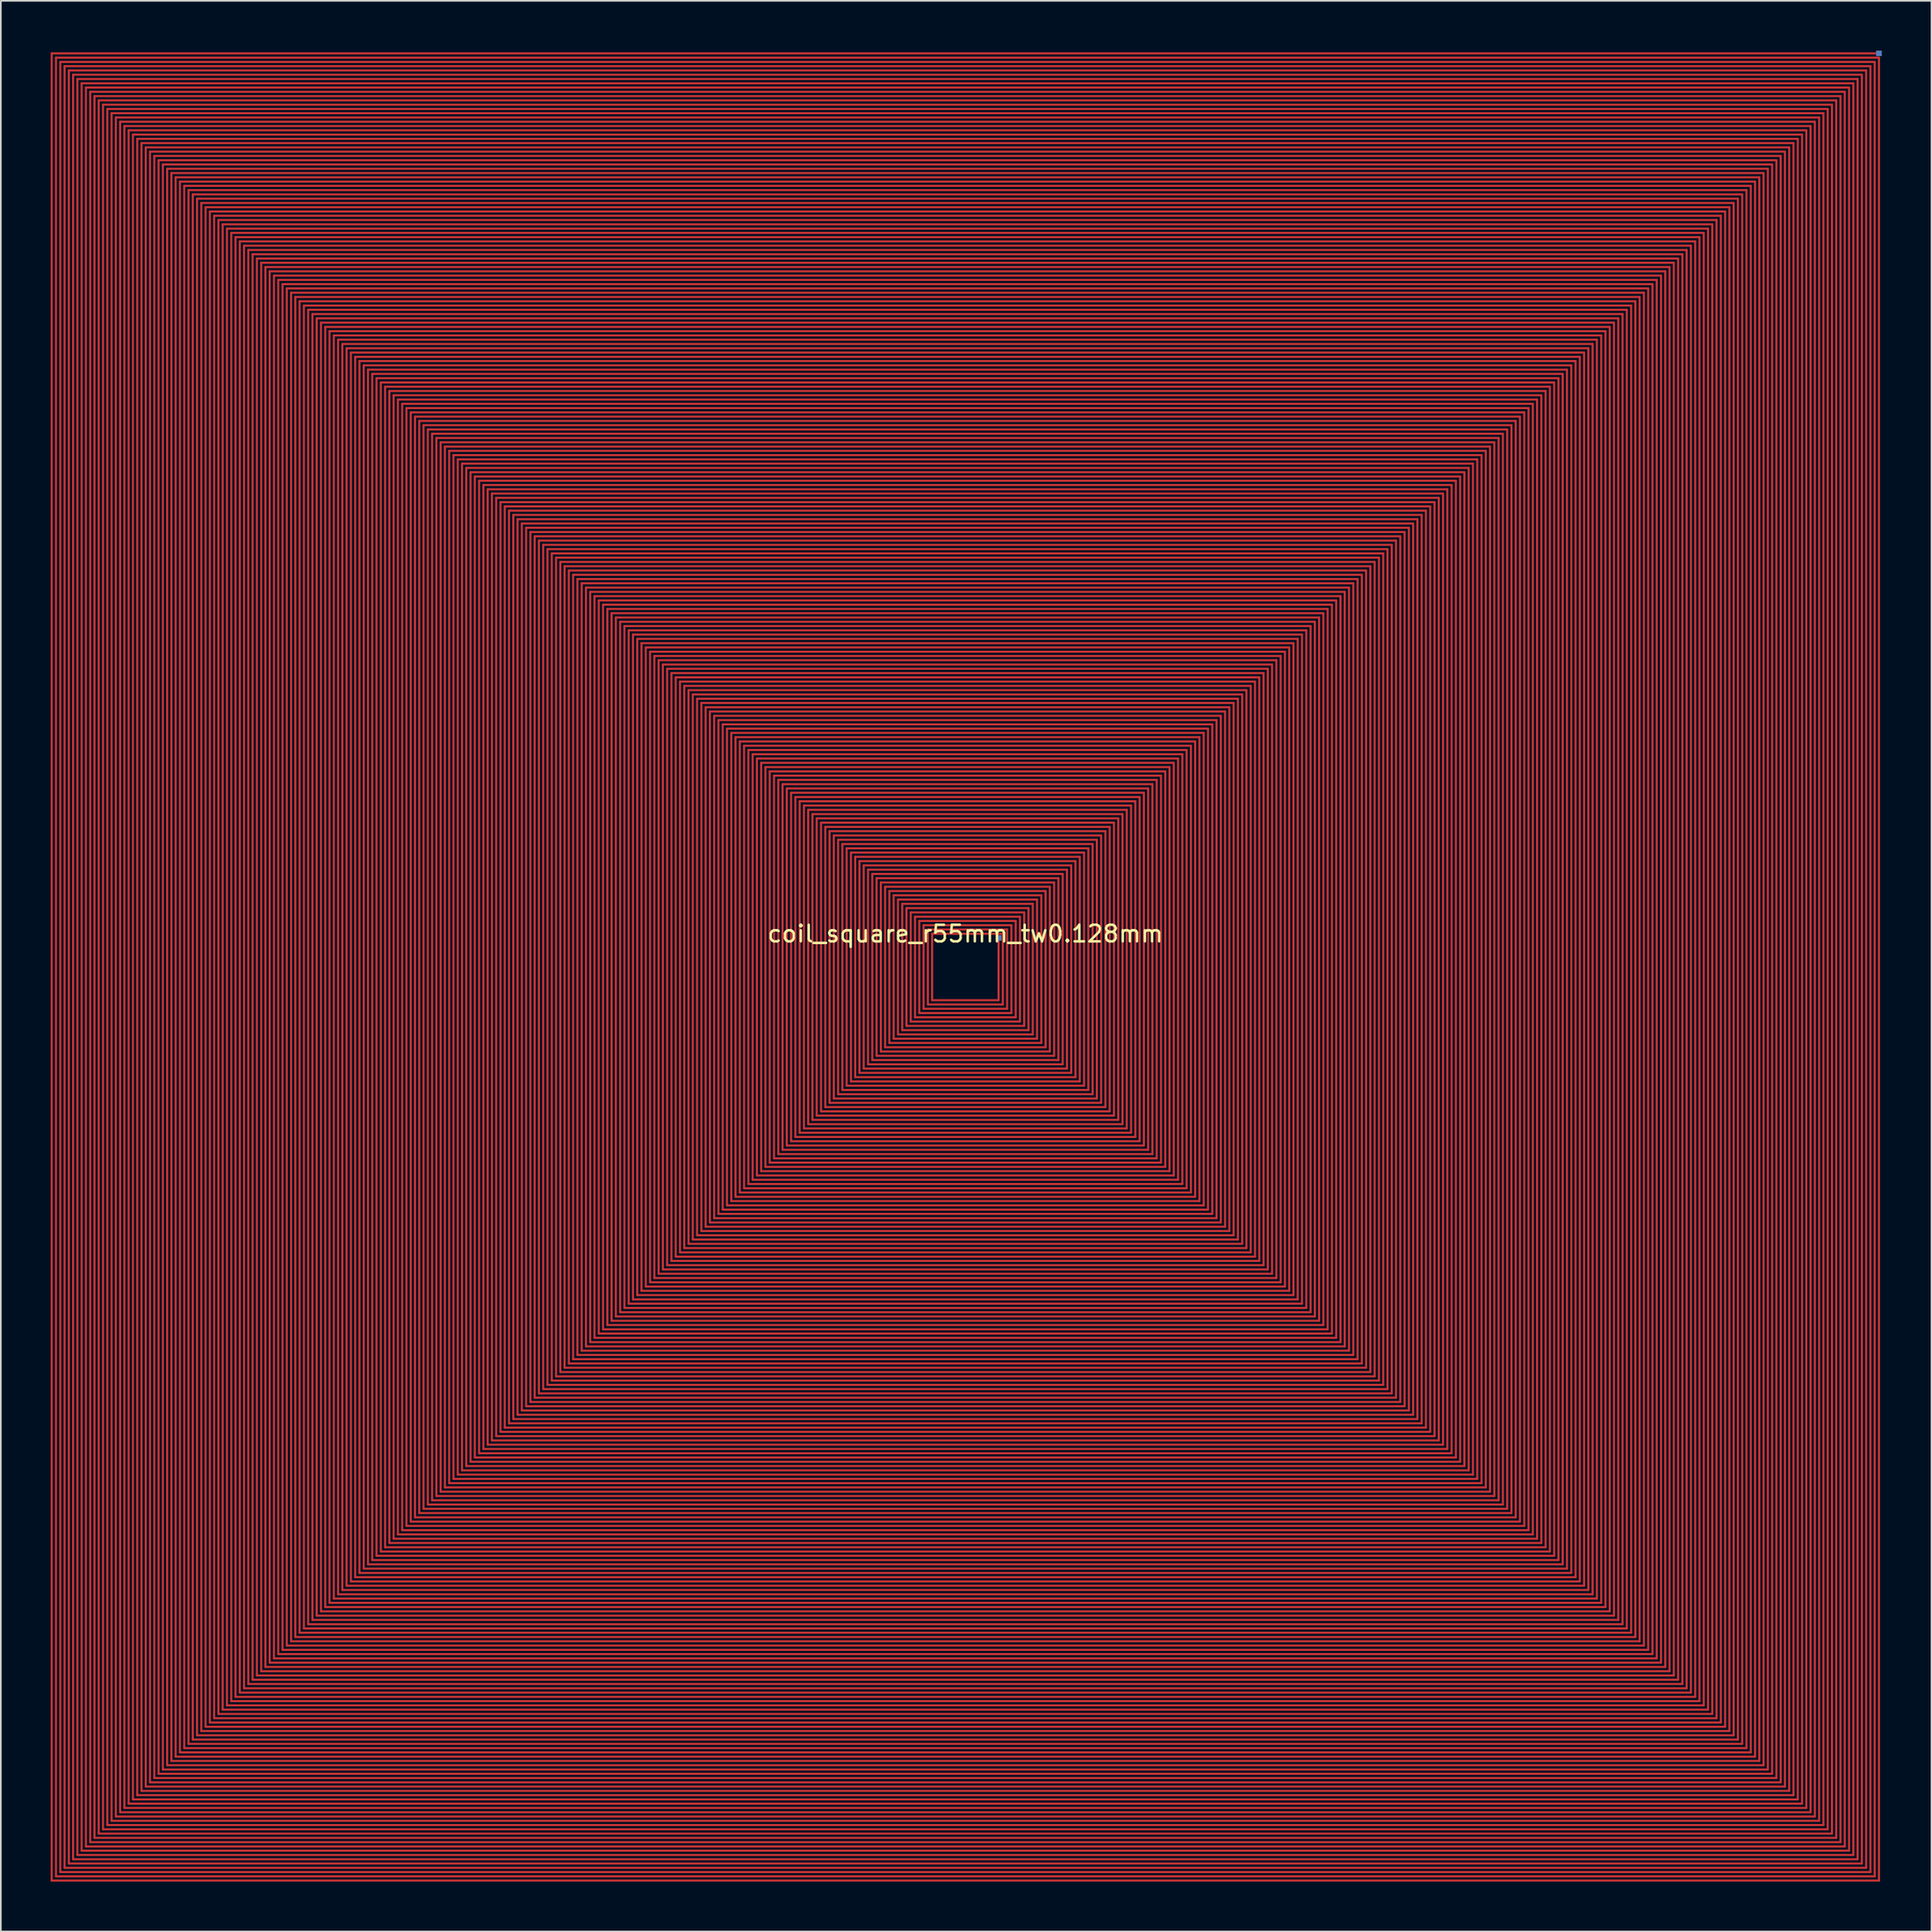
<source format=kicad_pcb>
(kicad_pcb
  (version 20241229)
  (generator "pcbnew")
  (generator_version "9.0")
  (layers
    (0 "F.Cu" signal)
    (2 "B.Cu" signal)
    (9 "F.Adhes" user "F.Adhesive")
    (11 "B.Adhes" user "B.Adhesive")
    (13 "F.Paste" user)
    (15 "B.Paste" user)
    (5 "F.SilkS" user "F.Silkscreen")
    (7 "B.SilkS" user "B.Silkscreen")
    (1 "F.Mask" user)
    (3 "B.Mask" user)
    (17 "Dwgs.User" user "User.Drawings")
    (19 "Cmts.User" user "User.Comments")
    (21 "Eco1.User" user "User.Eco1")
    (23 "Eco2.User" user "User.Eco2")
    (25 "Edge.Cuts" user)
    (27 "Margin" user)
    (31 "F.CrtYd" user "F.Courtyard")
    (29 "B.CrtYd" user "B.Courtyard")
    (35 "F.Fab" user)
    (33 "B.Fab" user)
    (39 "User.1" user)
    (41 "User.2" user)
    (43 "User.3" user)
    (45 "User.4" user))
  (footprint "coil_square_r55mm_tw0.128mm"
    (layer "F.Cu")
    (at 55.064 55.163)
    (property "Reference" "coil_square_r55mm_tw0.128mm" (at 0 -2 0) (layer "F.SilkS") (effects (font (size 1 1) (thickness 0.15))))
    (attr through_hole)
    (fp_line (start -55 -55) (end -55 55) (stroke (width 0.128) (type solid)) (layer "F.Cu"))
    (fp_line (start -55 55) (end 55 55) (stroke (width 0.128) (type solid)) (layer "F.Cu"))
    (fp_line (start -54.743 -54.743) (end -54.743 54.743) (stroke (width 0.128) (type solid)) (layer "F.Cu"))
    (fp_line (start -54.743 54.743) (end 54.743 54.743) (stroke (width 0.128) (type solid)) (layer "F.Cu"))
    (fp_line (start -54.485 -54.485) (end -54.485 54.485) (stroke (width 0.128) (type solid)) (layer "F.Cu"))
    (fp_line (start -54.485 54.485) (end 54.485 54.485) (stroke (width 0.128) (type solid)) (layer "F.Cu"))
    (fp_line (start -54.228 -54.228) (end -54.228 54.228) (stroke (width 0.128) (type solid)) (layer "F.Cu"))
    (fp_line (start -54.228 54.228) (end 54.228 54.228) (stroke (width 0.128) (type solid)) (layer "F.Cu"))
    (fp_line (start -53.971 -53.971) (end -53.971 53.971) (stroke (width 0.128) (type solid)) (layer "F.Cu"))
    (fp_line (start -53.971 53.971) (end 53.971 53.971) (stroke (width 0.128) (type solid)) (layer "F.Cu"))
    (fp_line (start -53.714 -53.714) (end -53.714 53.714) (stroke (width 0.128) (type solid)) (layer "F.Cu"))
    (fp_line (start -53.714 53.714) (end 53.714 53.714) (stroke (width 0.128) (type solid)) (layer "F.Cu"))
    (fp_line (start -53.456 -53.456) (end -53.456 53.456) (stroke (width 0.128) (type solid)) (layer "F.Cu"))
    (fp_line (start -53.456 53.456) (end 53.456 53.456) (stroke (width 0.128) (type solid)) (layer "F.Cu"))
    (fp_line (start -53.199 -53.199) (end -53.199 53.199) (stroke (width 0.128) (type solid)) (layer "F.Cu"))
    (fp_line (start -53.199 53.199) (end 53.199 53.199) (stroke (width 0.128) (type solid)) (layer "F.Cu"))
    (fp_line (start -52.942 -52.942) (end -52.942 52.942) (stroke (width 0.128) (type solid)) (layer "F.Cu"))
    (fp_line (start -52.942 52.942) (end 52.942 52.942) (stroke (width 0.128) (type solid)) (layer "F.Cu"))
    (fp_line (start -52.684 -52.684) (end -52.684 52.684) (stroke (width 0.128) (type solid)) (layer "F.Cu"))
    (fp_line (start -52.684 52.684) (end 52.684 52.684) (stroke (width 0.128) (type solid)) (layer "F.Cu"))
    (fp_line (start -52.427 -52.427) (end -52.427 52.427) (stroke (width 0.128) (type solid)) (layer "F.Cu"))
    (fp_line (start -52.427 52.427) (end 52.427 52.427) (stroke (width 0.128) (type solid)) (layer "F.Cu"))
    (fp_line (start -52.17 -52.17) (end -52.17 52.17) (stroke (width 0.128) (type solid)) (layer "F.Cu"))
    (fp_line (start -52.17 52.17) (end 52.17 52.17) (stroke (width 0.128) (type solid)) (layer "F.Cu"))
    (fp_line (start -51.913 -51.913) (end -51.913 51.913) (stroke (width 0.128) (type solid)) (layer "F.Cu"))
    (fp_line (start -51.913 51.913) (end 51.913 51.913) (stroke (width 0.128) (type solid)) (layer "F.Cu"))
    (fp_line (start -51.655 -51.655) (end -51.655 51.655) (stroke (width 0.128) (type solid)) (layer "F.Cu"))
    (fp_line (start -51.655 51.655) (end 51.655 51.655) (stroke (width 0.128) (type solid)) (layer "F.Cu"))
    (fp_line (start -51.398 -51.398) (end -51.398 51.398) (stroke (width 0.128) (type solid)) (layer "F.Cu"))
    (fp_line (start -51.398 51.398) (end 51.398 51.398) (stroke (width 0.128) (type solid)) (layer "F.Cu"))
    (fp_line (start -51.141 -51.141) (end -51.141 51.141) (stroke (width 0.128) (type solid)) (layer "F.Cu"))
    (fp_line (start -51.141 51.141) (end 51.141 51.141) (stroke (width 0.128) (type solid)) (layer "F.Cu"))
    (fp_line (start -50.883 -50.883) (end -50.883 50.883) (stroke (width 0.128) (type solid)) (layer "F.Cu"))
    (fp_line (start -50.883 50.883) (end 50.883 50.883) (stroke (width 0.128) (type solid)) (layer "F.Cu"))
    (fp_line (start -50.626 -50.626) (end -50.626 50.626) (stroke (width 0.128) (type solid)) (layer "F.Cu"))
    (fp_line (start -50.626 50.626) (end 50.626 50.626) (stroke (width 0.128) (type solid)) (layer "F.Cu"))
    (fp_line (start -50.369 -50.369) (end -50.369 50.369) (stroke (width 0.128) (type solid)) (layer "F.Cu"))
    (fp_line (start -50.369 50.369) (end 50.369 50.369) (stroke (width 0.128) (type solid)) (layer "F.Cu"))
    (fp_line (start -50.112 -50.112) (end -50.112 50.112) (stroke (width 0.128) (type solid)) (layer "F.Cu"))
    (fp_line (start -50.112 50.112) (end 50.112 50.112) (stroke (width 0.128) (type solid)) (layer "F.Cu"))
    (fp_line (start -49.854 -49.854) (end -49.854 49.854) (stroke (width 0.128) (type solid)) (layer "F.Cu"))
    (fp_line (start -49.854 49.854) (end 49.854 49.854) (stroke (width 0.128) (type solid)) (layer "F.Cu"))
    (fp_line (start -49.597 -49.597) (end -49.597 49.597) (stroke (width 0.128) (type solid)) (layer "F.Cu"))
    (fp_line (start -49.597 49.597) (end 49.597 49.597) (stroke (width 0.128) (type solid)) (layer "F.Cu"))
    (fp_line (start -49.34 -49.34) (end -49.34 49.34) (stroke (width 0.128) (type solid)) (layer "F.Cu"))
    (fp_line (start -49.34 49.34) (end 49.34 49.34) (stroke (width 0.128) (type solid)) (layer "F.Cu"))
    (fp_line (start -49.083 -49.083) (end -49.083 49.083) (stroke (width 0.128) (type solid)) (layer "F.Cu"))
    (fp_line (start -49.083 49.083) (end 49.083 49.083) (stroke (width 0.128) (type solid)) (layer "F.Cu"))
    (fp_line (start -48.825 -48.825) (end -48.825 48.825) (stroke (width 0.128) (type solid)) (layer "F.Cu"))
    (fp_line (start -48.825 48.825) (end 48.825 48.825) (stroke (width 0.128) (type solid)) (layer "F.Cu"))
    (fp_line (start -48.568 -48.568) (end -48.568 48.568) (stroke (width 0.128) (type solid)) (layer "F.Cu"))
    (fp_line (start -48.568 48.568) (end 48.568 48.568) (stroke (width 0.128) (type solid)) (layer "F.Cu"))
    (fp_line (start -48.311 -48.311) (end -48.311 48.311) (stroke (width 0.128) (type solid)) (layer "F.Cu"))
    (fp_line (start -48.311 48.311) (end 48.311 48.311) (stroke (width 0.128) (type solid)) (layer "F.Cu"))
    (fp_line (start -48.053 -48.053) (end -48.053 48.053) (stroke (width 0.128) (type solid)) (layer "F.Cu"))
    (fp_line (start -48.053 48.053) (end 48.053 48.053) (stroke (width 0.128) (type solid)) (layer "F.Cu"))
    (fp_line (start -47.796 -47.796) (end -47.796 47.796) (stroke (width 0.128) (type solid)) (layer "F.Cu"))
    (fp_line (start -47.796 47.796) (end 47.796 47.796) (stroke (width 0.128) (type solid)) (layer "F.Cu"))
    (fp_line (start -47.539 -47.539) (end -47.539 47.539) (stroke (width 0.128) (type solid)) (layer "F.Cu"))
    (fp_line (start -47.539 47.539) (end 47.539 47.539) (stroke (width 0.128) (type solid)) (layer "F.Cu"))
    (fp_line (start -47.282 -47.282) (end -47.282 47.282) (stroke (width 0.128) (type solid)) (layer "F.Cu"))
    (fp_line (start -47.282 47.282) (end 47.282 47.282) (stroke (width 0.128) (type solid)) (layer "F.Cu"))
    (fp_line (start -47.024 -47.024) (end -47.024 47.024) (stroke (width 0.128) (type solid)) (layer "F.Cu"))
    (fp_line (start -47.024 47.024) (end 47.024 47.024) (stroke (width 0.128) (type solid)) (layer "F.Cu"))
    (fp_line (start -46.767 -46.767) (end -46.767 46.767) (stroke (width 0.128) (type solid)) (layer "F.Cu"))
    (fp_line (start -46.767 46.767) (end 46.767 46.767) (stroke (width 0.128) (type solid)) (layer "F.Cu"))
    (fp_line (start -46.51 -46.51) (end -46.51 46.51) (stroke (width 0.128) (type solid)) (layer "F.Cu"))
    (fp_line (start -46.51 46.51) (end 46.51 46.51) (stroke (width 0.128) (type solid)) (layer "F.Cu"))
    (fp_line (start -46.252 -46.252) (end -46.252 46.252) (stroke (width 0.128) (type solid)) (layer "F.Cu"))
    (fp_line (start -46.252 46.252) (end 46.252 46.252) (stroke (width 0.128) (type solid)) (layer "F.Cu"))
    (fp_line (start -45.995 -45.995) (end -45.995 45.995) (stroke (width 0.128) (type solid)) (layer "F.Cu"))
    (fp_line (start -45.995 45.995) (end 45.995 45.995) (stroke (width 0.128) (type solid)) (layer "F.Cu"))
    (fp_line (start -45.738 -45.738) (end -45.738 45.738) (stroke (width 0.128) (type solid)) (layer "F.Cu"))
    (fp_line (start -45.738 45.738) (end 45.738 45.738) (stroke (width 0.128) (type solid)) (layer "F.Cu"))
    (fp_line (start -45.481 -45.481) (end -45.481 45.481) (stroke (width 0.128) (type solid)) (layer "F.Cu"))
    (fp_line (start -45.481 45.481) (end 45.481 45.481) (stroke (width 0.128) (type solid)) (layer "F.Cu"))
    (fp_line (start -45.223 -45.223) (end -45.223 45.223) (stroke (width 0.128) (type solid)) (layer "F.Cu"))
    (fp_line (start -45.223 45.223) (end 45.223 45.223) (stroke (width 0.128) (type solid)) (layer "F.Cu"))
    (fp_line (start -44.966 -44.966) (end -44.966 44.966) (stroke (width 0.128) (type solid)) (layer "F.Cu"))
    (fp_line (start -44.966 44.966) (end 44.966 44.966) (stroke (width 0.128) (type solid)) (layer "F.Cu"))
    (fp_line (start -44.709 -44.709) (end -44.709 44.709) (stroke (width 0.128) (type solid)) (layer "F.Cu"))
    (fp_line (start -44.709 44.709) (end 44.709 44.709) (stroke (width 0.128) (type solid)) (layer "F.Cu"))
    (fp_line (start -44.451 -44.451) (end -44.451 44.451) (stroke (width 0.128) (type solid)) (layer "F.Cu"))
    (fp_line (start -44.451 44.451) (end 44.451 44.451) (stroke (width 0.128) (type solid)) (layer "F.Cu"))
    (fp_line (start -44.194 -44.194) (end -44.194 44.194) (stroke (width 0.128) (type solid)) (layer "F.Cu"))
    (fp_line (start -44.194 44.194) (end 44.194 44.194) (stroke (width 0.128) (type solid)) (layer "F.Cu"))
    (fp_line (start -43.937 -43.937) (end -43.937 43.937) (stroke (width 0.128) (type solid)) (layer "F.Cu"))
    (fp_line (start -43.937 43.937) (end 43.937 43.937) (stroke (width 0.128) (type solid)) (layer "F.Cu"))
    (fp_line (start -43.68 -43.68) (end -43.68 43.68) (stroke (width 0.128) (type solid)) (layer "F.Cu"))
    (fp_line (start -43.68 43.68) (end 43.68 43.68) (stroke (width 0.128) (type solid)) (layer "F.Cu"))
    (fp_line (start -43.422 -43.422) (end -43.422 43.422) (stroke (width 0.128) (type solid)) (layer "F.Cu"))
    (fp_line (start -43.422 43.422) (end 43.422 43.422) (stroke (width 0.128) (type solid)) (layer "F.Cu"))
    (fp_line (start -43.165 -43.165) (end -43.165 43.165) (stroke (width 0.128) (type solid)) (layer "F.Cu"))
    (fp_line (start -43.165 43.165) (end 43.165 43.165) (stroke (width 0.128) (type solid)) (layer "F.Cu"))
    (fp_line (start -42.908 -42.908) (end -42.908 42.908) (stroke (width 0.128) (type solid)) (layer "F.Cu"))
    (fp_line (start -42.908 42.908) (end 42.908 42.908) (stroke (width 0.128) (type solid)) (layer "F.Cu"))
    (fp_line (start -42.65 -42.65) (end -42.65 42.65) (stroke (width 0.128) (type solid)) (layer "F.Cu"))
    (fp_line (start -42.65 42.65) (end 42.65 42.65) (stroke (width 0.128) (type solid)) (layer "F.Cu"))
    (fp_line (start -42.393 -42.393) (end -42.393 42.393) (stroke (width 0.128) (type solid)) (layer "F.Cu"))
    (fp_line (start -42.393 42.393) (end 42.393 42.393) (stroke (width 0.128) (type solid)) (layer "F.Cu"))
    (fp_line (start -42.136 -42.136) (end -42.136 42.136) (stroke (width 0.128) (type solid)) (layer "F.Cu"))
    (fp_line (start -42.136 42.136) (end 42.136 42.136) (stroke (width 0.128) (type solid)) (layer "F.Cu"))
    (fp_line (start -41.879 -41.879) (end -41.879 41.879) (stroke (width 0.128) (type solid)) (layer "F.Cu"))
    (fp_line (start -41.879 41.879) (end 41.879 41.879) (stroke (width 0.128) (type solid)) (layer "F.Cu"))
    (fp_line (start -41.621 -41.621) (end -41.621 41.621) (stroke (width 0.128) (type solid)) (layer "F.Cu"))
    (fp_line (start -41.621 41.621) (end 41.621 41.621) (stroke (width 0.128) (type solid)) (layer "F.Cu"))
    (fp_line (start -41.364 -41.364) (end -41.364 41.364) (stroke (width 0.128) (type solid)) (layer "F.Cu"))
    (fp_line (start -41.364 41.364) (end 41.364 41.364) (stroke (width 0.128) (type solid)) (layer "F.Cu"))
    (fp_line (start -41.107 -41.107) (end -41.107 41.107) (stroke (width 0.128) (type solid)) (layer "F.Cu"))
    (fp_line (start -41.107 41.107) (end 41.107 41.107) (stroke (width 0.128) (type solid)) (layer "F.Cu"))
    (fp_line (start -40.85 -40.85) (end -40.85 40.85) (stroke (width 0.128) (type solid)) (layer "F.Cu"))
    (fp_line (start -40.85 40.85) (end 40.85 40.85) (stroke (width 0.128) (type solid)) (layer "F.Cu"))
    (fp_line (start -40.592 -40.592) (end -40.592 40.592) (stroke (width 0.128) (type solid)) (layer "F.Cu"))
    (fp_line (start -40.592 40.592) (end 40.592 40.592) (stroke (width 0.128) (type solid)) (layer "F.Cu"))
    (fp_line (start -40.335 -40.335) (end -40.335 40.335) (stroke (width 0.128) (type solid)) (layer "F.Cu"))
    (fp_line (start -40.335 40.335) (end 40.335 40.335) (stroke (width 0.128) (type solid)) (layer "F.Cu"))
    (fp_line (start -40.078 -40.078) (end -40.078 40.078) (stroke (width 0.128) (type solid)) (layer "F.Cu"))
    (fp_line (start -40.078 40.078) (end 40.078 40.078) (stroke (width 0.128) (type solid)) (layer "F.Cu"))
    (fp_line (start -39.82 -39.82) (end -39.82 39.82) (stroke (width 0.128) (type solid)) (layer "F.Cu"))
    (fp_line (start -39.82 39.82) (end 39.82 39.82) (stroke (width 0.128) (type solid)) (layer "F.Cu"))
    (fp_line (start -39.563 -39.563) (end -39.563 39.563) (stroke (width 0.128) (type solid)) (layer "F.Cu"))
    (fp_line (start -39.563 39.563) (end 39.563 39.563) (stroke (width 0.128) (type solid)) (layer "F.Cu"))
    (fp_line (start -39.306 -39.306) (end -39.306 39.306) (stroke (width 0.128) (type solid)) (layer "F.Cu"))
    (fp_line (start -39.306 39.306) (end 39.306 39.306) (stroke (width 0.128) (type solid)) (layer "F.Cu"))
    (fp_line (start -39.049 -39.049) (end -39.049 39.049) (stroke (width 0.128) (type solid)) (layer "F.Cu"))
    (fp_line (start -39.049 39.049) (end 39.049 39.049) (stroke (width 0.128) (type solid)) (layer "F.Cu"))
    (fp_line (start -38.791 -38.791) (end -38.791 38.791) (stroke (width 0.128) (type solid)) (layer "F.Cu"))
    (fp_line (start -38.791 38.791) (end 38.791 38.791) (stroke (width 0.128) (type solid)) (layer "F.Cu"))
    (fp_line (start -38.534 -38.534) (end -38.534 38.534) (stroke (width 0.128) (type solid)) (layer "F.Cu"))
    (fp_line (start -38.534 38.534) (end 38.534 38.534) (stroke (width 0.128) (type solid)) (layer "F.Cu"))
    (fp_line (start -38.277 -38.277) (end -38.277 38.277) (stroke (width 0.128) (type solid)) (layer "F.Cu"))
    (fp_line (start -38.277 38.277) (end 38.277 38.277) (stroke (width 0.128) (type solid)) (layer "F.Cu"))
    (fp_line (start -38.019 -38.019) (end -38.019 38.019) (stroke (width 0.128) (type solid)) (layer "F.Cu"))
    (fp_line (start -38.019 38.019) (end 38.019 38.019) (stroke (width 0.128) (type solid)) (layer "F.Cu"))
    (fp_line (start -37.762 -37.762) (end -37.762 37.762) (stroke (width 0.128) (type solid)) (layer "F.Cu"))
    (fp_line (start -37.762 37.762) (end 37.762 37.762) (stroke (width 0.128) (type solid)) (layer "F.Cu"))
    (fp_line (start -37.505 -37.505) (end -37.505 37.505) (stroke (width 0.128) (type solid)) (layer "F.Cu"))
    (fp_line (start -37.505 37.505) (end 37.505 37.505) (stroke (width 0.128) (type solid)) (layer "F.Cu"))
    (fp_line (start -37.248 -37.248) (end -37.248 37.248) (stroke (width 0.128) (type solid)) (layer "F.Cu"))
    (fp_line (start -37.248 37.248) (end 37.248 37.248) (stroke (width 0.128) (type solid)) (layer "F.Cu"))
    (fp_line (start -36.99 -36.99) (end -36.99 36.99) (stroke (width 0.128) (type solid)) (layer "F.Cu"))
    (fp_line (start -36.99 36.99) (end 36.99 36.99) (stroke (width 0.128) (type solid)) (layer "F.Cu"))
    (fp_line (start -36.733 -36.733) (end -36.733 36.733) (stroke (width 0.128) (type solid)) (layer "F.Cu"))
    (fp_line (start -36.733 36.733) (end 36.733 36.733) (stroke (width 0.128) (type solid)) (layer "F.Cu"))
    (fp_line (start -36.476 -36.476) (end -36.476 36.476) (stroke (width 0.128) (type solid)) (layer "F.Cu"))
    (fp_line (start -36.476 36.476) (end 36.476 36.476) (stroke (width 0.128) (type solid)) (layer "F.Cu"))
    (fp_line (start -36.218 -36.218) (end -36.218 36.218) (stroke (width 0.128) (type solid)) (layer "F.Cu"))
    (fp_line (start -36.218 36.218) (end 36.218 36.218) (stroke (width 0.128) (type solid)) (layer "F.Cu"))
    (fp_line (start -35.961 -35.961) (end -35.961 35.961) (stroke (width 0.128) (type solid)) (layer "F.Cu"))
    (fp_line (start -35.961 35.961) (end 35.961 35.961) (stroke (width 0.128) (type solid)) (layer "F.Cu"))
    (fp_line (start -35.704 -35.704) (end -35.704 35.704) (stroke (width 0.128) (type solid)) (layer "F.Cu"))
    (fp_line (start -35.704 35.704) (end 35.704 35.704) (stroke (width 0.128) (type solid)) (layer "F.Cu"))
    (fp_line (start -35.447 -35.447) (end -35.447 35.447) (stroke (width 0.128) (type solid)) (layer "F.Cu"))
    (fp_line (start -35.447 35.447) (end 35.447 35.447) (stroke (width 0.128) (type solid)) (layer "F.Cu"))
    (fp_line (start -35.189 -35.189) (end -35.189 35.189) (stroke (width 0.128) (type solid)) (layer "F.Cu"))
    (fp_line (start -35.189 35.189) (end 35.189 35.189) (stroke (width 0.128) (type solid)) (layer "F.Cu"))
    (fp_line (start -34.932 -34.932) (end -34.932 34.932) (stroke (width 0.128) (type solid)) (layer "F.Cu"))
    (fp_line (start -34.932 34.932) (end 34.932 34.932) (stroke (width 0.128) (type solid)) (layer "F.Cu"))
    (fp_line (start -34.675 -34.675) (end -34.675 34.675) (stroke (width 0.128) (type solid)) (layer "F.Cu"))
    (fp_line (start -34.675 34.675) (end 34.675 34.675) (stroke (width 0.128) (type solid)) (layer "F.Cu"))
    (fp_line (start -34.417 -34.417) (end -34.417 34.417) (stroke (width 0.128) (type solid)) (layer "F.Cu"))
    (fp_line (start -34.417 34.417) (end 34.417 34.417) (stroke (width 0.128) (type solid)) (layer "F.Cu"))
    (fp_line (start -34.16 -34.16) (end -34.16 34.16) (stroke (width 0.128) (type solid)) (layer "F.Cu"))
    (fp_line (start -34.16 34.16) (end 34.16 34.16) (stroke (width 0.128) (type solid)) (layer "F.Cu"))
    (fp_line (start -33.903 -33.903) (end -33.903 33.903) (stroke (width 0.128) (type solid)) (layer "F.Cu"))
    (fp_line (start -33.903 33.903) (end 33.903 33.903) (stroke (width 0.128) (type solid)) (layer "F.Cu"))
    (fp_line (start -33.646 -33.646) (end -33.646 33.646) (stroke (width 0.128) (type solid)) (layer "F.Cu"))
    (fp_line (start -33.646 33.646) (end 33.646 33.646) (stroke (width 0.128) (type solid)) (layer "F.Cu"))
    (fp_line (start -33.388 -33.388) (end -33.388 33.388) (stroke (width 0.128) (type solid)) (layer "F.Cu"))
    (fp_line (start -33.388 33.388) (end 33.388 33.388) (stroke (width 0.128) (type solid)) (layer "F.Cu"))
    (fp_line (start -33.131 -33.131) (end -33.131 33.131) (stroke (width 0.128) (type solid)) (layer "F.Cu"))
    (fp_line (start -33.131 33.131) (end 33.131 33.131) (stroke (width 0.128) (type solid)) (layer "F.Cu"))
    (fp_line (start -32.874 -32.874) (end -32.874 32.874) (stroke (width 0.128) (type solid)) (layer "F.Cu"))
    (fp_line (start -32.874 32.874) (end 32.874 32.874) (stroke (width 0.128) (type solid)) (layer "F.Cu"))
    (fp_line (start -32.617 -32.617) (end -32.617 32.617) (stroke (width 0.128) (type solid)) (layer "F.Cu"))
    (fp_line (start -32.617 32.617) (end 32.617 32.617) (stroke (width 0.128) (type solid)) (layer "F.Cu"))
    (fp_line (start -32.359 -32.359) (end -32.359 32.359) (stroke (width 0.128) (type solid)) (layer "F.Cu"))
    (fp_line (start -32.359 32.359) (end 32.359 32.359) (stroke (width 0.128) (type solid)) (layer "F.Cu"))
    (fp_line (start -32.102 -32.102) (end -32.102 32.102) (stroke (width 0.128) (type solid)) (layer "F.Cu"))
    (fp_line (start -32.102 32.102) (end 32.102 32.102) (stroke (width 0.128) (type solid)) (layer "F.Cu"))
    (fp_line (start -31.845 -31.845) (end -31.845 31.845) (stroke (width 0.128) (type solid)) (layer "F.Cu"))
    (fp_line (start -31.845 31.845) (end 31.845 31.845) (stroke (width 0.128) (type solid)) (layer "F.Cu"))
    (fp_line (start -31.587 -31.587) (end -31.587 31.587) (stroke (width 0.128) (type solid)) (layer "F.Cu"))
    (fp_line (start -31.587 31.587) (end 31.587 31.587) (stroke (width 0.128) (type solid)) (layer "F.Cu"))
    (fp_line (start -31.33 -31.33) (end -31.33 31.33) (stroke (width 0.128) (type solid)) (layer "F.Cu"))
    (fp_line (start -31.33 31.33) (end 31.33 31.33) (stroke (width 0.128) (type solid)) (layer "F.Cu"))
    (fp_line (start -31.073 -31.073) (end -31.073 31.073) (stroke (width 0.128) (type solid)) (layer "F.Cu"))
    (fp_line (start -31.073 31.073) (end 31.073 31.073) (stroke (width 0.128) (type solid)) (layer "F.Cu"))
    (fp_line (start -30.816 -30.816) (end -30.816 30.816) (stroke (width 0.128) (type solid)) (layer "F.Cu"))
    (fp_line (start -30.816 30.816) (end 30.816 30.816) (stroke (width 0.128) (type solid)) (layer "F.Cu"))
    (fp_line (start -30.558 -30.558) (end -30.558 30.558) (stroke (width 0.128) (type solid)) (layer "F.Cu"))
    (fp_line (start -30.558 30.558) (end 30.558 30.558) (stroke (width 0.128) (type solid)) (layer "F.Cu"))
    (fp_line (start -30.301 -30.301) (end -30.301 30.301) (stroke (width 0.128) (type solid)) (layer "F.Cu"))
    (fp_line (start -30.301 30.301) (end 30.301 30.301) (stroke (width 0.128) (type solid)) (layer "F.Cu"))
    (fp_line (start -30.044 -30.044) (end -30.044 30.044) (stroke (width 0.128) (type solid)) (layer "F.Cu"))
    (fp_line (start -30.044 30.044) (end 30.044 30.044) (stroke (width 0.128) (type solid)) (layer "F.Cu"))
    (fp_line (start -29.786 -29.786) (end -29.786 29.786) (stroke (width 0.128) (type solid)) (layer "F.Cu"))
    (fp_line (start -29.786 29.786) (end 29.786 29.786) (stroke (width 0.128) (type solid)) (layer "F.Cu"))
    (fp_line (start -29.529 -29.529) (end -29.529 29.529) (stroke (width 0.128) (type solid)) (layer "F.Cu"))
    (fp_line (start -29.529 29.529) (end 29.529 29.529) (stroke (width 0.128) (type solid)) (layer "F.Cu"))
    (fp_line (start -29.272 -29.272) (end -29.272 29.272) (stroke (width 0.128) (type solid)) (layer "F.Cu"))
    (fp_line (start -29.272 29.272) (end 29.272 29.272) (stroke (width 0.128) (type solid)) (layer "F.Cu"))
    (fp_line (start -29.015 -29.015) (end -29.015 29.015) (stroke (width 0.128) (type solid)) (layer "F.Cu"))
    (fp_line (start -29.015 29.015) (end 29.015 29.015) (stroke (width 0.128) (type solid)) (layer "F.Cu"))
    (fp_line (start -28.757 -28.757) (end -28.757 28.757) (stroke (width 0.128) (type solid)) (layer "F.Cu"))
    (fp_line (start -28.757 28.757) (end 28.757 28.757) (stroke (width 0.128) (type solid)) (layer "F.Cu"))
    (fp_line (start -28.5 -28.5) (end -28.5 28.5) (stroke (width 0.128) (type solid)) (layer "F.Cu"))
    (fp_line (start -28.5 28.5) (end 28.5 28.5) (stroke (width 0.128) (type solid)) (layer "F.Cu"))
    (fp_line (start -28.243 -28.243) (end -28.243 28.243) (stroke (width 0.128) (type solid)) (layer "F.Cu"))
    (fp_line (start -28.243 28.243) (end 28.243 28.243) (stroke (width 0.128) (type solid)) (layer "F.Cu"))
    (fp_line (start -27.985 -27.985) (end -27.985 27.985) (stroke (width 0.128) (type solid)) (layer "F.Cu"))
    (fp_line (start -27.985 27.985) (end 27.985 27.985) (stroke (width 0.128) (type solid)) (layer "F.Cu"))
    (fp_line (start -27.728 -27.728) (end -27.728 27.728) (stroke (width 0.128) (type solid)) (layer "F.Cu"))
    (fp_line (start -27.728 27.728) (end 27.728 27.728) (stroke (width 0.128) (type solid)) (layer "F.Cu"))
    (fp_line (start -27.471 -27.471) (end -27.471 27.471) (stroke (width 0.128) (type solid)) (layer "F.Cu"))
    (fp_line (start -27.471 27.471) (end 27.471 27.471) (stroke (width 0.128) (type solid)) (layer "F.Cu"))
    (fp_line (start -27.214 -27.214) (end -27.214 27.214) (stroke (width 0.128) (type solid)) (layer "F.Cu"))
    (fp_line (start -27.214 27.214) (end 27.214 27.214) (stroke (width 0.128) (type solid)) (layer "F.Cu"))
    (fp_line (start -26.956 -26.956) (end -26.956 26.956) (stroke (width 0.128) (type solid)) (layer "F.Cu"))
    (fp_line (start -26.956 26.956) (end 26.956 26.956) (stroke (width 0.128) (type solid)) (layer "F.Cu"))
    (fp_line (start -26.699 -26.699) (end -26.699 26.699) (stroke (width 0.128) (type solid)) (layer "F.Cu"))
    (fp_line (start -26.699 26.699) (end 26.699 26.699) (stroke (width 0.128) (type solid)) (layer "F.Cu"))
    (fp_line (start -26.442 -26.442) (end -26.442 26.442) (stroke (width 0.128) (type solid)) (layer "F.Cu"))
    (fp_line (start -26.442 26.442) (end 26.442 26.442) (stroke (width 0.128) (type solid)) (layer "F.Cu"))
    (fp_line (start -26.184 -26.184) (end -26.184 26.184) (stroke (width 0.128) (type solid)) (layer "F.Cu"))
    (fp_line (start -26.184 26.184) (end 26.184 26.184) (stroke (width 0.128) (type solid)) (layer "F.Cu"))
    (fp_line (start -25.927 -25.927) (end -25.927 25.927) (stroke (width 0.128) (type solid)) (layer "F.Cu"))
    (fp_line (start -25.927 25.927) (end 25.927 25.927) (stroke (width 0.128) (type solid)) (layer "F.Cu"))
    (fp_line (start -25.67 -25.67) (end -25.67 25.67) (stroke (width 0.128) (type solid)) (layer "F.Cu"))
    (fp_line (start -25.67 25.67) (end 25.67 25.67) (stroke (width 0.128) (type solid)) (layer "F.Cu"))
    (fp_line (start -25.413 -25.413) (end -25.413 25.413) (stroke (width 0.128) (type solid)) (layer "F.Cu"))
    (fp_line (start -25.413 25.413) (end 25.413 25.413) (stroke (width 0.128) (type solid)) (layer "F.Cu"))
    (fp_line (start -25.155 -25.155) (end -25.155 25.155) (stroke (width 0.128) (type solid)) (layer "F.Cu"))
    (fp_line (start -25.155 25.155) (end 25.155 25.155) (stroke (width 0.128) (type solid)) (layer "F.Cu"))
    (fp_line (start -24.898 -24.898) (end -24.898 24.898) (stroke (width 0.128) (type solid)) (layer "F.Cu"))
    (fp_line (start -24.898 24.898) (end 24.898 24.898) (stroke (width 0.128) (type solid)) (layer "F.Cu"))
    (fp_line (start -24.641 -24.641) (end -24.641 24.641) (stroke (width 0.128) (type solid)) (layer "F.Cu"))
    (fp_line (start -24.641 24.641) (end 24.641 24.641) (stroke (width 0.128) (type solid)) (layer "F.Cu"))
    (fp_line (start -24.383 -24.383) (end -24.383 24.383) (stroke (width 0.128) (type solid)) (layer "F.Cu"))
    (fp_line (start -24.383 24.383) (end 24.383 24.383) (stroke (width 0.128) (type solid)) (layer "F.Cu"))
    (fp_line (start -24.126 -24.126) (end -24.126 24.126) (stroke (width 0.128) (type solid)) (layer "F.Cu"))
    (fp_line (start -24.126 24.126) (end 24.126 24.126) (stroke (width 0.128) (type solid)) (layer "F.Cu"))
    (fp_line (start -23.869 -23.869) (end -23.869 23.869) (stroke (width 0.128) (type solid)) (layer "F.Cu"))
    (fp_line (start -23.869 23.869) (end 23.869 23.869) (stroke (width 0.128) (type solid)) (layer "F.Cu"))
    (fp_line (start -23.612 -23.612) (end -23.612 23.612) (stroke (width 0.128) (type solid)) (layer "F.Cu"))
    (fp_line (start -23.612 23.612) (end 23.612 23.612) (stroke (width 0.128) (type solid)) (layer "F.Cu"))
    (fp_line (start -23.354 -23.354) (end -23.354 23.354) (stroke (width 0.128) (type solid)) (layer "F.Cu"))
    (fp_line (start -23.354 23.354) (end 23.354 23.354) (stroke (width 0.128) (type solid)) (layer "F.Cu"))
    (fp_line (start -23.097 -23.097) (end -23.097 23.097) (stroke (width 0.128) (type solid)) (layer "F.Cu"))
    (fp_line (start -23.097 23.097) (end 23.097 23.097) (stroke (width 0.128) (type solid)) (layer "F.Cu"))
    (fp_line (start -22.84 -22.84) (end -22.84 22.84) (stroke (width 0.128) (type solid)) (layer "F.Cu"))
    (fp_line (start -22.84 22.84) (end 22.84 22.84) (stroke (width 0.128) (type solid)) (layer "F.Cu"))
    (fp_line (start -22.583 -22.583) (end -22.583 22.583) (stroke (width 0.128) (type solid)) (layer "F.Cu"))
    (fp_line (start -22.583 22.583) (end 22.583 22.583) (stroke (width 0.128) (type solid)) (layer "F.Cu"))
    (fp_line (start -22.325 -22.325) (end -22.325 22.325) (stroke (width 0.128) (type solid)) (layer "F.Cu"))
    (fp_line (start -22.325 22.325) (end 22.325 22.325) (stroke (width 0.128) (type solid)) (layer "F.Cu"))
    (fp_line (start -22.068 -22.068) (end -22.068 22.068) (stroke (width 0.128) (type solid)) (layer "F.Cu"))
    (fp_line (start -22.068 22.068) (end 22.068 22.068) (stroke (width 0.128) (type solid)) (layer "F.Cu"))
    (fp_line (start -21.811 -21.811) (end -21.811 21.811) (stroke (width 0.128) (type solid)) (layer "F.Cu"))
    (fp_line (start -21.811 21.811) (end 21.811 21.811) (stroke (width 0.128) (type solid)) (layer "F.Cu"))
    (fp_line (start -21.553 -21.553) (end -21.553 21.553) (stroke (width 0.128) (type solid)) (layer "F.Cu"))
    (fp_line (start -21.553 21.553) (end 21.553 21.553) (stroke (width 0.128) (type solid)) (layer "F.Cu"))
    (fp_line (start -21.296 -21.296) (end -21.296 21.296) (stroke (width 0.128) (type solid)) (layer "F.Cu"))
    (fp_line (start -21.296 21.296) (end 21.296 21.296) (stroke (width 0.128) (type solid)) (layer "F.Cu"))
    (fp_line (start -21.039 -21.039) (end -21.039 21.039) (stroke (width 0.128) (type solid)) (layer "F.Cu"))
    (fp_line (start -21.039 21.039) (end 21.039 21.039) (stroke (width 0.128) (type solid)) (layer "F.Cu"))
    (fp_line (start -20.782 -20.782) (end -20.782 20.782) (stroke (width 0.128) (type solid)) (layer "F.Cu"))
    (fp_line (start -20.782 20.782) (end 20.782 20.782) (stroke (width 0.128) (type solid)) (layer "F.Cu"))
    (fp_line (start -20.524 -20.524) (end -20.524 20.524) (stroke (width 0.128) (type solid)) (layer "F.Cu"))
    (fp_line (start -20.524 20.524) (end 20.524 20.524) (stroke (width 0.128) (type solid)) (layer "F.Cu"))
    (fp_line (start -20.267 -20.267) (end -20.267 20.267) (stroke (width 0.128) (type solid)) (layer "F.Cu"))
    (fp_line (start -20.267 20.267) (end 20.267 20.267) (stroke (width 0.128) (type solid)) (layer "F.Cu"))
    (fp_line (start -20.01 -20.01) (end -20.01 20.01) (stroke (width 0.128) (type solid)) (layer "F.Cu"))
    (fp_line (start -20.01 20.01) (end 20.01 20.01) (stroke (width 0.128) (type solid)) (layer "F.Cu"))
    (fp_line (start -19.752 -19.752) (end -19.752 19.752) (stroke (width 0.128) (type solid)) (layer "F.Cu"))
    (fp_line (start -19.752 19.752) (end 19.752 19.752) (stroke (width 0.128) (type solid)) (layer "F.Cu"))
    (fp_line (start -19.495 -19.495) (end -19.495 19.495) (stroke (width 0.128) (type solid)) (layer "F.Cu"))
    (fp_line (start -19.495 19.495) (end 19.495 19.495) (stroke (width 0.128) (type solid)) (layer "F.Cu"))
    (fp_line (start -19.238 -19.238) (end -19.238 19.238) (stroke (width 0.128) (type solid)) (layer "F.Cu"))
    (fp_line (start -19.238 19.238) (end 19.238 19.238) (stroke (width 0.128) (type solid)) (layer "F.Cu"))
    (fp_line (start -18.981 -18.981) (end -18.981 18.981) (stroke (width 0.128) (type solid)) (layer "F.Cu"))
    (fp_line (start -18.981 18.981) (end 18.981 18.981) (stroke (width 0.128) (type solid)) (layer "F.Cu"))
    (fp_line (start -18.723 -18.723) (end -18.723 18.723) (stroke (width 0.128) (type solid)) (layer "F.Cu"))
    (fp_line (start -18.723 18.723) (end 18.723 18.723) (stroke (width 0.128) (type solid)) (layer "F.Cu"))
    (fp_line (start -18.466 -18.466) (end -18.466 18.466) (stroke (width 0.128) (type solid)) (layer "F.Cu"))
    (fp_line (start -18.466 18.466) (end 18.466 18.466) (stroke (width 0.128) (type solid)) (layer "F.Cu"))
    (fp_line (start -18.209 -18.209) (end -18.209 18.209) (stroke (width 0.128) (type solid)) (layer "F.Cu"))
    (fp_line (start -18.209 18.209) (end 18.209 18.209) (stroke (width 0.128) (type solid)) (layer "F.Cu"))
    (fp_line (start -17.951 -17.951) (end -17.951 17.951) (stroke (width 0.128) (type solid)) (layer "F.Cu"))
    (fp_line (start -17.951 17.951) (end 17.951 17.951) (stroke (width 0.128) (type solid)) (layer "F.Cu"))
    (fp_line (start -17.694 -17.694) (end -17.694 17.694) (stroke (width 0.128) (type solid)) (layer "F.Cu"))
    (fp_line (start -17.694 17.694) (end 17.694 17.694) (stroke (width 0.128) (type solid)) (layer "F.Cu"))
    (fp_line (start -17.437 -17.437) (end -17.437 17.437) (stroke (width 0.128) (type solid)) (layer "F.Cu"))
    (fp_line (start -17.437 17.437) (end 17.437 17.437) (stroke (width 0.128) (type solid)) (layer "F.Cu"))
    (fp_line (start -17.18 -17.18) (end -17.18 17.18) (stroke (width 0.128) (type solid)) (layer "F.Cu"))
    (fp_line (start -17.18 17.18) (end 17.18 17.18) (stroke (width 0.128) (type solid)) (layer "F.Cu"))
    (fp_line (start -16.922 -16.922) (end -16.922 16.922) (stroke (width 0.128) (type solid)) (layer "F.Cu"))
    (fp_line (start -16.922 16.922) (end 16.922 16.922) (stroke (width 0.128) (type solid)) (layer "F.Cu"))
    (fp_line (start -16.665 -16.665) (end -16.665 16.665) (stroke (width 0.128) (type solid)) (layer "F.Cu"))
    (fp_line (start -16.665 16.665) (end 16.665 16.665) (stroke (width 0.128) (type solid)) (layer "F.Cu"))
    (fp_line (start -16.408 -16.408) (end -16.408 16.408) (stroke (width 0.128) (type solid)) (layer "F.Cu"))
    (fp_line (start -16.408 16.408) (end 16.408 16.408) (stroke (width 0.128) (type solid)) (layer "F.Cu"))
    (fp_line (start -16.15 -16.15) (end -16.15 16.15) (stroke (width 0.128) (type solid)) (layer "F.Cu"))
    (fp_line (start -16.15 16.15) (end 16.15 16.15) (stroke (width 0.128) (type solid)) (layer "F.Cu"))
    (fp_line (start -15.893 -15.893) (end -15.893 15.893) (stroke (width 0.128) (type solid)) (layer "F.Cu"))
    (fp_line (start -15.893 15.893) (end 15.893 15.893) (stroke (width 0.128) (type solid)) (layer "F.Cu"))
    (fp_line (start -15.636 -15.636) (end -15.636 15.636) (stroke (width 0.128) (type solid)) (layer "F.Cu"))
    (fp_line (start -15.636 15.636) (end 15.636 15.636) (stroke (width 0.128) (type solid)) (layer "F.Cu"))
    (fp_line (start -15.379 -15.379) (end -15.379 15.379) (stroke (width 0.128) (type solid)) (layer "F.Cu"))
    (fp_line (start -15.379 15.379) (end 15.379 15.379) (stroke (width 0.128) (type solid)) (layer "F.Cu"))
    (fp_line (start -15.121 -15.121) (end -15.121 15.121) (stroke (width 0.128) (type solid)) (layer "F.Cu"))
    (fp_line (start -15.121 15.121) (end 15.121 15.121) (stroke (width 0.128) (type solid)) (layer "F.Cu"))
    (fp_line (start -14.864 -14.864) (end -14.864 14.864) (stroke (width 0.128) (type solid)) (layer "F.Cu"))
    (fp_line (start -14.864 14.864) (end 14.864 14.864) (stroke (width 0.128) (type solid)) (layer "F.Cu"))
    (fp_line (start -14.607 -14.607) (end -14.607 14.607) (stroke (width 0.128) (type solid)) (layer "F.Cu"))
    (fp_line (start -14.607 14.607) (end 14.607 14.607) (stroke (width 0.128) (type solid)) (layer "F.Cu"))
    (fp_line (start -14.35 -14.35) (end -14.35 14.35) (stroke (width 0.128) (type solid)) (layer "F.Cu"))
    (fp_line (start -14.35 14.35) (end 14.35 14.35) (stroke (width 0.128) (type solid)) (layer "F.Cu"))
    (fp_line (start -14.092 -14.092) (end -14.092 14.092) (stroke (width 0.128) (type solid)) (layer "F.Cu"))
    (fp_line (start -14.092 14.092) (end 14.092 14.092) (stroke (width 0.128) (type solid)) (layer "F.Cu"))
    (fp_line (start -13.835 -13.835) (end -13.835 13.835) (stroke (width 0.128) (type solid)) (layer "F.Cu"))
    (fp_line (start -13.835 13.835) (end 13.835 13.835) (stroke (width 0.128) (type solid)) (layer "F.Cu"))
    (fp_line (start -13.578 -13.578) (end -13.578 13.578) (stroke (width 0.128) (type solid)) (layer "F.Cu"))
    (fp_line (start -13.578 13.578) (end 13.578 13.578) (stroke (width 0.128) (type solid)) (layer "F.Cu"))
    (fp_line (start -13.32 -13.32) (end -13.32 13.32) (stroke (width 0.128) (type solid)) (layer "F.Cu"))
    (fp_line (start -13.32 13.32) (end 13.32 13.32) (stroke (width 0.128) (type solid)) (layer "F.Cu"))
    (fp_line (start -13.063 -13.063) (end -13.063 13.063) (stroke (width 0.128) (type solid)) (layer "F.Cu"))
    (fp_line (start -13.063 13.063) (end 13.063 13.063) (stroke (width 0.128) (type solid)) (layer "F.Cu"))
    (fp_line (start -12.806 -12.806) (end -12.806 12.806) (stroke (width 0.128) (type solid)) (layer "F.Cu"))
    (fp_line (start -12.806 12.806) (end 12.806 12.806) (stroke (width 0.128) (type solid)) (layer "F.Cu"))
    (fp_line (start -12.549 -12.549) (end -12.549 12.549) (stroke (width 0.128) (type solid)) (layer "F.Cu"))
    (fp_line (start -12.549 12.549) (end 12.549 12.549) (stroke (width 0.128) (type solid)) (layer "F.Cu"))
    (fp_line (start -12.291 -12.291) (end -12.291 12.291) (stroke (width 0.128) (type solid)) (layer "F.Cu"))
    (fp_line (start -12.291 12.291) (end 12.291 12.291) (stroke (width 0.128) (type solid)) (layer "F.Cu"))
    (fp_line (start -12.034 -12.034) (end -12.034 12.034) (stroke (width 0.128) (type solid)) (layer "F.Cu"))
    (fp_line (start -12.034 12.034) (end 12.034 12.034) (stroke (width 0.128) (type solid)) (layer "F.Cu"))
    (fp_line (start -11.777 -11.777) (end -11.777 11.777) (stroke (width 0.128) (type solid)) (layer "F.Cu"))
    (fp_line (start -11.777 11.777) (end 11.777 11.777) (stroke (width 0.128) (type solid)) (layer "F.Cu"))
    (fp_line (start -11.519 -11.519) (end -11.519 11.519) (stroke (width 0.128) (type solid)) (layer "F.Cu"))
    (fp_line (start -11.519 11.519) (end 11.519 11.519) (stroke (width 0.128) (type solid)) (layer "F.Cu"))
    (fp_line (start -11.262 -11.262) (end -11.262 11.262) (stroke (width 0.128) (type solid)) (layer "F.Cu"))
    (fp_line (start -11.262 11.262) (end 11.262 11.262) (stroke (width 0.128) (type solid)) (layer "F.Cu"))
    (fp_line (start -11.005 -11.005) (end -11.005 11.005) (stroke (width 0.128) (type solid)) (layer "F.Cu"))
    (fp_line (start -11.005 11.005) (end 11.005 11.005) (stroke (width 0.128) (type solid)) (layer "F.Cu"))
    (fp_line (start -10.748 -10.748) (end -10.748 10.748) (stroke (width 0.128) (type solid)) (layer "F.Cu"))
    (fp_line (start -10.748 10.748) (end 10.748 10.748) (stroke (width 0.128) (type solid)) (layer "F.Cu"))
    (fp_line (start -10.49 -10.49) (end -10.49 10.49) (stroke (width 0.128) (type solid)) (layer "F.Cu"))
    (fp_line (start -10.49 10.49) (end 10.49 10.49) (stroke (width 0.128) (type solid)) (layer "F.Cu"))
    (fp_line (start -10.233 -10.233) (end -10.233 10.233) (stroke (width 0.128) (type solid)) (layer "F.Cu"))
    (fp_line (start -10.233 10.233) (end 10.233 10.233) (stroke (width 0.128) (type solid)) (layer "F.Cu"))
    (fp_line (start -9.976 -9.976) (end -9.976 9.976) (stroke (width 0.128) (type solid)) (layer "F.Cu"))
    (fp_line (start -9.976 9.976) (end 9.976 9.976) (stroke (width 0.128) (type solid)) (layer "F.Cu"))
    (fp_line (start -9.718 -9.718) (end -9.718 9.718) (stroke (width 0.128) (type solid)) (layer "F.Cu"))
    (fp_line (start -9.718 9.718) (end 9.718 9.718) (stroke (width 0.128) (type solid)) (layer "F.Cu"))
    (fp_line (start -9.461 -9.461) (end -9.461 9.461) (stroke (width 0.128) (type solid)) (layer "F.Cu"))
    (fp_line (start -9.461 9.461) (end 9.461 9.461) (stroke (width 0.128) (type solid)) (layer "F.Cu"))
    (fp_line (start -9.204 -9.204) (end -9.204 9.204) (stroke (width 0.128) (type solid)) (layer "F.Cu"))
    (fp_line (start -9.204 9.204) (end 9.204 9.204) (stroke (width 0.128) (type solid)) (layer "F.Cu"))
    (fp_line (start -8.947 -8.947) (end -8.947 8.947) (stroke (width 0.128) (type solid)) (layer "F.Cu"))
    (fp_line (start -8.947 8.947) (end 8.947 8.947) (stroke (width 0.128) (type solid)) (layer "F.Cu"))
    (fp_line (start -8.689 -8.689) (end -8.689 8.689) (stroke (width 0.128) (type solid)) (layer "F.Cu"))
    (fp_line (start -8.689 8.689) (end 8.689 8.689) (stroke (width 0.128) (type solid)) (layer "F.Cu"))
    (fp_line (start -8.432 -8.432) (end -8.432 8.432) (stroke (width 0.128) (type solid)) (layer "F.Cu"))
    (fp_line (start -8.432 8.432) (end 8.432 8.432) (stroke (width 0.128) (type solid)) (layer "F.Cu"))
    (fp_line (start -8.175 -8.175) (end -8.175 8.175) (stroke (width 0.128) (type solid)) (layer "F.Cu"))
    (fp_line (start -8.175 8.175) (end 8.175 8.175) (stroke (width 0.128) (type solid)) (layer "F.Cu"))
    (fp_line (start -7.917 -7.917) (end -7.917 7.917) (stroke (width 0.128) (type solid)) (layer "F.Cu"))
    (fp_line (start -7.917 7.917) (end 7.917 7.917) (stroke (width 0.128) (type solid)) (layer "F.Cu"))
    (fp_line (start -7.66 -7.66) (end -7.66 7.66) (stroke (width 0.128) (type solid)) (layer "F.Cu"))
    (fp_line (start -7.66 7.66) (end 7.66 7.66) (stroke (width 0.128) (type solid)) (layer "F.Cu"))
    (fp_line (start -7.403 -7.403) (end -7.403 7.403) (stroke (width 0.128) (type solid)) (layer "F.Cu"))
    (fp_line (start -7.403 7.403) (end 7.403 7.403) (stroke (width 0.128) (type solid)) (layer "F.Cu"))
    (fp_line (start -7.146 -7.146) (end -7.146 7.146) (stroke (width 0.128) (type solid)) (layer "F.Cu"))
    (fp_line (start -7.146 7.146) (end 7.146 7.146) (stroke (width 0.128) (type solid)) (layer "F.Cu"))
    (fp_line (start -6.888 -6.888) (end -6.888 6.888) (stroke (width 0.128) (type solid)) (layer "F.Cu"))
    (fp_line (start -6.888 6.888) (end 6.888 6.888) (stroke (width 0.128) (type solid)) (layer "F.Cu"))
    (fp_line (start -6.631 -6.631) (end -6.631 6.631) (stroke (width 0.128) (type solid)) (layer "F.Cu"))
    (fp_line (start -6.631 6.631) (end 6.631 6.631) (stroke (width 0.128) (type solid)) (layer "F.Cu"))
    (fp_line (start -6.374 -6.374) (end -6.374 6.374) (stroke (width 0.128) (type solid)) (layer "F.Cu"))
    (fp_line (start -6.374 6.374) (end 6.374 6.374) (stroke (width 0.128) (type solid)) (layer "F.Cu"))
    (fp_line (start -6.117 -6.117) (end -6.117 6.117) (stroke (width 0.128) (type solid)) (layer "F.Cu"))
    (fp_line (start -6.117 6.117) (end 6.117 6.117) (stroke (width 0.128) (type solid)) (layer "F.Cu"))
    (fp_line (start -5.859 -5.859) (end -5.859 5.859) (stroke (width 0.128) (type solid)) (layer "F.Cu"))
    (fp_line (start -5.859 5.859) (end 5.859 5.859) (stroke (width 0.128) (type solid)) (layer "F.Cu"))
    (fp_line (start -5.602 -5.602) (end -5.602 5.602) (stroke (width 0.128) (type solid)) (layer "F.Cu"))
    (fp_line (start -5.602 5.602) (end 5.602 5.602) (stroke (width 0.128) (type solid)) (layer "F.Cu"))
    (fp_line (start -5.345 -5.345) (end -5.345 5.345) (stroke (width 0.128) (type solid)) (layer "F.Cu"))
    (fp_line (start -5.345 5.345) (end 5.345 5.345) (stroke (width 0.128) (type solid)) (layer "F.Cu"))
    (fp_line (start -5.087 -5.087) (end -5.087 5.087) (stroke (width 0.128) (type solid)) (layer "F.Cu"))
    (fp_line (start -5.087 5.087) (end 5.087 5.087) (stroke (width 0.128) (type solid)) (layer "F.Cu"))
    (fp_line (start -4.83 -4.83) (end -4.83 4.83) (stroke (width 0.128) (type solid)) (layer "F.Cu"))
    (fp_line (start -4.83 4.83) (end 4.83 4.83) (stroke (width 0.128) (type solid)) (layer "F.Cu"))
    (fp_line (start -4.573 -4.573) (end -4.573 4.573) (stroke (width 0.128) (type solid)) (layer "F.Cu"))
    (fp_line (start -4.573 4.573) (end 4.573 4.573) (stroke (width 0.128) (type solid)) (layer "F.Cu"))
    (fp_line (start -4.316 -4.316) (end -4.316 4.316) (stroke (width 0.128) (type solid)) (layer "F.Cu"))
    (fp_line (start -4.316 4.316) (end 4.316 4.316) (stroke (width 0.128) (type solid)) (layer "F.Cu"))
    (fp_line (start -4.058 -4.058) (end -4.058 4.058) (stroke (width 0.128) (type solid)) (layer "F.Cu"))
    (fp_line (start -4.058 4.058) (end 4.058 4.058) (stroke (width 0.128) (type solid)) (layer "F.Cu"))
    (fp_line (start -3.801 -3.801) (end -3.801 3.801) (stroke (width 0.128) (type solid)) (layer "F.Cu"))
    (fp_line (start -3.801 3.801) (end 3.801 3.801) (stroke (width 0.128) (type solid)) (layer "F.Cu"))
    (fp_line (start -3.544 -3.544) (end -3.544 3.544) (stroke (width 0.128) (type solid)) (layer "F.Cu"))
    (fp_line (start -3.544 3.544) (end 3.544 3.544) (stroke (width 0.128) (type solid)) (layer "F.Cu"))
    (fp_line (start -3.286 -3.286) (end -3.286 3.286) (stroke (width 0.128) (type solid)) (layer "F.Cu"))
    (fp_line (start -3.286 3.286) (end 3.286 3.286) (stroke (width 0.128) (type solid)) (layer "F.Cu"))
    (fp_line (start -3.029 -3.029) (end -3.029 3.029) (stroke (width 0.128) (type solid)) (layer "F.Cu"))
    (fp_line (start -3.029 3.029) (end 3.029 3.029) (stroke (width 0.128) (type solid)) (layer "F.Cu"))
    (fp_line (start -2.772 -2.772) (end -2.772 2.772) (stroke (width 0.128) (type solid)) (layer "F.Cu"))
    (fp_line (start -2.772 2.772) (end 2.772 2.772) (stroke (width 0.128) (type solid)) (layer "F.Cu"))
    (fp_line (start -2.515 -2.515) (end -2.515 2.515) (stroke (width 0.128) (type solid)) (layer "F.Cu"))
    (fp_line (start -2.515 2.515) (end 2.515 2.515) (stroke (width 0.128) (type solid)) (layer "F.Cu"))
    (fp_line (start -2.257 -2.257) (end -2.257 2.257) (stroke (width 0.128) (type solid)) (layer "F.Cu"))
    (fp_line (start -2.257 2.257) (end 2.257 2.257) (stroke (width 0.128) (type solid)) (layer "F.Cu"))
    (fp_line (start -2 -2) (end -2 2) (stroke (width 0.128) (type solid)) (layer "F.Cu"))
    (fp_line (start -2 2) (end 2 2) (stroke (width 0.128) (type solid)) (layer "F.Cu"))
    (fp_line (start 2 2) (end 2 -1.743) (stroke (width 0.128) (type solid)) (layer "F.Cu"))
    (fp_line (start 2.257 -2) (end -2 -2) (stroke (width 0.128) (type solid)) (layer "F.Cu"))
    (fp_line (start 2.257 2.257) (end 2.257 -2) (stroke (width 0.128) (type solid)) (layer "F.Cu"))
    (fp_line (start 2.515 -2.257) (end -2.257 -2.257) (stroke (width 0.128) (type solid)) (layer "F.Cu"))
    (fp_line (start 2.515 2.515) (end 2.515 -2.257) (stroke (width 0.128) (type solid)) (layer "F.Cu"))
    (fp_line (start 2.772 -2.515) (end -2.515 -2.515) (stroke (width 0.128) (type solid)) (layer "F.Cu"))
    (fp_line (start 2.772 2.772) (end 2.772 -2.515) (stroke (width 0.128) (type solid)) (layer "F.Cu"))
    (fp_line (start 3.029 -2.772) (end -2.772 -2.772) (stroke (width 0.128) (type solid)) (layer "F.Cu"))
    (fp_line (start 3.029 3.029) (end 3.029 -2.772) (stroke (width 0.128) (type solid)) (layer "F.Cu"))
    (fp_line (start 3.286 -3.029) (end -3.029 -3.029) (stroke (width 0.128) (type solid)) (layer "F.Cu"))
    (fp_line (start 3.286 3.286) (end 3.286 -3.029) (stroke (width 0.128) (type solid)) (layer "F.Cu"))
    (fp_line (start 3.544 -3.286) (end -3.286 -3.286) (stroke (width 0.128) (type solid)) (layer "F.Cu"))
    (fp_line (start 3.544 3.544) (end 3.544 -3.286) (stroke (width 0.128) (type solid)) (layer "F.Cu"))
    (fp_line (start 3.801 -3.544) (end -3.544 -3.544) (stroke (width 0.128) (type solid)) (layer "F.Cu"))
    (fp_line (start 3.801 3.801) (end 3.801 -3.544) (stroke (width 0.128) (type solid)) (layer "F.Cu"))
    (fp_line (start 4.058 -3.801) (end -3.801 -3.801) (stroke (width 0.128) (type solid)) (layer "F.Cu"))
    (fp_line (start 4.058 4.058) (end 4.058 -3.801) (stroke (width 0.128) (type solid)) (layer "F.Cu"))
    (fp_line (start 4.316 -4.058) (end -4.058 -4.058) (stroke (width 0.128) (type solid)) (layer "F.Cu"))
    (fp_line (start 4.316 4.316) (end 4.316 -4.058) (stroke (width 0.128) (type solid)) (layer "F.Cu"))
    (fp_line (start 4.573 -4.316) (end -4.316 -4.316) (stroke (width 0.128) (type solid)) (layer "F.Cu"))
    (fp_line (start 4.573 4.573) (end 4.573 -4.316) (stroke (width 0.128) (type solid)) (layer "F.Cu"))
    (fp_line (start 4.83 -4.573) (end -4.573 -4.573) (stroke (width 0.128) (type solid)) (layer "F.Cu"))
    (fp_line (start 4.83 4.83) (end 4.83 -4.573) (stroke (width 0.128) (type solid)) (layer "F.Cu"))
    (fp_line (start 5.087 -4.83) (end -4.83 -4.83) (stroke (width 0.128) (type solid)) (layer "F.Cu"))
    (fp_line (start 5.087 5.087) (end 5.087 -4.83) (stroke (width 0.128) (type solid)) (layer "F.Cu"))
    (fp_line (start 5.345 -5.087) (end -5.087 -5.087) (stroke (width 0.128) (type solid)) (layer "F.Cu"))
    (fp_line (start 5.345 5.345) (end 5.345 -5.087) (stroke (width 0.128) (type solid)) (layer "F.Cu"))
    (fp_line (start 5.602 -5.345) (end -5.345 -5.345) (stroke (width 0.128) (type solid)) (layer "F.Cu"))
    (fp_line (start 5.602 5.602) (end 5.602 -5.345) (stroke (width 0.128) (type solid)) (layer "F.Cu"))
    (fp_line (start 5.859 -5.602) (end -5.602 -5.602) (stroke (width 0.128) (type solid)) (layer "F.Cu"))
    (fp_line (start 5.859 5.859) (end 5.859 -5.602) (stroke (width 0.128) (type solid)) (layer "F.Cu"))
    (fp_line (start 6.117 -5.859) (end -5.859 -5.859) (stroke (width 0.128) (type solid)) (layer "F.Cu"))
    (fp_line (start 6.117 6.117) (end 6.117 -5.859) (stroke (width 0.128) (type solid)) (layer "F.Cu"))
    (fp_line (start 6.374 -6.117) (end -6.117 -6.117) (stroke (width 0.128) (type solid)) (layer "F.Cu"))
    (fp_line (start 6.374 6.374) (end 6.374 -6.117) (stroke (width 0.128) (type solid)) (layer "F.Cu"))
    (fp_line (start 6.631 -6.374) (end -6.374 -6.374) (stroke (width 0.128) (type solid)) (layer "F.Cu"))
    (fp_line (start 6.631 6.631) (end 6.631 -6.374) (stroke (width 0.128) (type solid)) (layer "F.Cu"))
    (fp_line (start 6.888 -6.631) (end -6.631 -6.631) (stroke (width 0.128) (type solid)) (layer "F.Cu"))
    (fp_line (start 6.888 6.888) (end 6.888 -6.631) (stroke (width 0.128) (type solid)) (layer "F.Cu"))
    (fp_line (start 7.146 -6.888) (end -6.888 -6.888) (stroke (width 0.128) (type solid)) (layer "F.Cu"))
    (fp_line (start 7.146 7.146) (end 7.146 -6.888) (stroke (width 0.128) (type solid)) (layer "F.Cu"))
    (fp_line (start 7.403 -7.146) (end -7.146 -7.146) (stroke (width 0.128) (type solid)) (layer "F.Cu"))
    (fp_line (start 7.403 7.403) (end 7.403 -7.146) (stroke (width 0.128) (type solid)) (layer "F.Cu"))
    (fp_line (start 7.66 -7.403) (end -7.403 -7.403) (stroke (width 0.128) (type solid)) (layer "F.Cu"))
    (fp_line (start 7.66 7.66) (end 7.66 -7.403) (stroke (width 0.128) (type solid)) (layer "F.Cu"))
    (fp_line (start 7.917 -7.66) (end -7.66 -7.66) (stroke (width 0.128) (type solid)) (layer "F.Cu"))
    (fp_line (start 7.917 7.917) (end 7.917 -7.66) (stroke (width 0.128) (type solid)) (layer "F.Cu"))
    (fp_line (start 8.175 -7.917) (end -7.917 -7.917) (stroke (width 0.128) (type solid)) (layer "F.Cu"))
    (fp_line (start 8.175 8.175) (end 8.175 -7.917) (stroke (width 0.128) (type solid)) (layer "F.Cu"))
    (fp_line (start 8.432 -8.175) (end -8.175 -8.175) (stroke (width 0.128) (type solid)) (layer "F.Cu"))
    (fp_line (start 8.432 8.432) (end 8.432 -8.175) (stroke (width 0.128) (type solid)) (layer "F.Cu"))
    (fp_line (start 8.689 -8.432) (end -8.432 -8.432) (stroke (width 0.128) (type solid)) (layer "F.Cu"))
    (fp_line (start 8.689 8.689) (end 8.689 -8.432) (stroke (width 0.128) (type solid)) (layer "F.Cu"))
    (fp_line (start 8.947 -8.689) (end -8.689 -8.689) (stroke (width 0.128) (type solid)) (layer "F.Cu"))
    (fp_line (start 8.947 8.947) (end 8.947 -8.689) (stroke (width 0.128) (type solid)) (layer "F.Cu"))
    (fp_line (start 9.204 -8.947) (end -8.947 -8.947) (stroke (width 0.128) (type solid)) (layer "F.Cu"))
    (fp_line (start 9.204 9.204) (end 9.204 -8.947) (stroke (width 0.128) (type solid)) (layer "F.Cu"))
    (fp_line (start 9.461 -9.204) (end -9.204 -9.204) (stroke (width 0.128) (type solid)) (layer "F.Cu"))
    (fp_line (start 9.461 9.461) (end 9.461 -9.204) (stroke (width 0.128) (type solid)) (layer "F.Cu"))
    (fp_line (start 9.718 -9.461) (end -9.461 -9.461) (stroke (width 0.128) (type solid)) (layer "F.Cu"))
    (fp_line (start 9.718 9.718) (end 9.718 -9.461) (stroke (width 0.128) (type solid)) (layer "F.Cu"))
    (fp_line (start 9.976 -9.718) (end -9.718 -9.718) (stroke (width 0.128) (type solid)) (layer "F.Cu"))
    (fp_line (start 9.976 9.976) (end 9.976 -9.718) (stroke (width 0.128) (type solid)) (layer "F.Cu"))
    (fp_line (start 10.233 -9.976) (end -9.976 -9.976) (stroke (width 0.128) (type solid)) (layer "F.Cu"))
    (fp_line (start 10.233 10.233) (end 10.233 -9.976) (stroke (width 0.128) (type solid)) (layer "F.Cu"))
    (fp_line (start 10.49 -10.233) (end -10.233 -10.233) (stroke (width 0.128) (type solid)) (layer "F.Cu"))
    (fp_line (start 10.49 10.49) (end 10.49 -10.233) (stroke (width 0.128) (type solid)) (layer "F.Cu"))
    (fp_line (start 10.748 -10.49) (end -10.49 -10.49) (stroke (width 0.128) (type solid)) (layer "F.Cu"))
    (fp_line (start 10.748 10.748) (end 10.748 -10.49) (stroke (width 0.128) (type solid)) (layer "F.Cu"))
    (fp_line (start 11.005 -10.748) (end -10.748 -10.748) (stroke (width 0.128) (type solid)) (layer "F.Cu"))
    (fp_line (start 11.005 11.005) (end 11.005 -10.748) (stroke (width 0.128) (type solid)) (layer "F.Cu"))
    (fp_line (start 11.262 -11.005) (end -11.005 -11.005) (stroke (width 0.128) (type solid)) (layer "F.Cu"))
    (fp_line (start 11.262 11.262) (end 11.262 -11.005) (stroke (width 0.128) (type solid)) (layer "F.Cu"))
    (fp_line (start 11.519 -11.262) (end -11.262 -11.262) (stroke (width 0.128) (type solid)) (layer "F.Cu"))
    (fp_line (start 11.519 11.519) (end 11.519 -11.262) (stroke (width 0.128) (type solid)) (layer "F.Cu"))
    (fp_line (start 11.777 -11.519) (end -11.519 -11.519) (stroke (width 0.128) (type solid)) (layer "F.Cu"))
    (fp_line (start 11.777 11.777) (end 11.777 -11.519) (stroke (width 0.128) (type solid)) (layer "F.Cu"))
    (fp_line (start 12.034 -11.777) (end -11.777 -11.777) (stroke (width 0.128) (type solid)) (layer "F.Cu"))
    (fp_line (start 12.034 12.034) (end 12.034 -11.777) (stroke (width 0.128) (type solid)) (layer "F.Cu"))
    (fp_line (start 12.291 -12.034) (end -12.034 -12.034) (stroke (width 0.128) (type solid)) (layer "F.Cu"))
    (fp_line (start 12.291 12.291) (end 12.291 -12.034) (stroke (width 0.128) (type solid)) (layer "F.Cu"))
    (fp_line (start 12.549 -12.291) (end -12.291 -12.291) (stroke (width 0.128) (type solid)) (layer "F.Cu"))
    (fp_line (start 12.549 12.549) (end 12.549 -12.291) (stroke (width 0.128) (type solid)) (layer "F.Cu"))
    (fp_line (start 12.806 -12.549) (end -12.549 -12.549) (stroke (width 0.128) (type solid)) (layer "F.Cu"))
    (fp_line (start 12.806 12.806) (end 12.806 -12.549) (stroke (width 0.128) (type solid)) (layer "F.Cu"))
    (fp_line (start 13.063 -12.806) (end -12.806 -12.806) (stroke (width 0.128) (type solid)) (layer "F.Cu"))
    (fp_line (start 13.063 13.063) (end 13.063 -12.806) (stroke (width 0.128) (type solid)) (layer "F.Cu"))
    (fp_line (start 13.32 -13.063) (end -13.063 -13.063) (stroke (width 0.128) (type solid)) (layer "F.Cu"))
    (fp_line (start 13.32 13.32) (end 13.32 -13.063) (stroke (width 0.128) (type solid)) (layer "F.Cu"))
    (fp_line (start 13.578 -13.32) (end -13.32 -13.32) (stroke (width 0.128) (type solid)) (layer "F.Cu"))
    (fp_line (start 13.578 13.578) (end 13.578 -13.32) (stroke (width 0.128) (type solid)) (layer "F.Cu"))
    (fp_line (start 13.835 -13.578) (end -13.578 -13.578) (stroke (width 0.128) (type solid)) (layer "F.Cu"))
    (fp_line (start 13.835 13.835) (end 13.835 -13.578) (stroke (width 0.128) (type solid)) (layer "F.Cu"))
    (fp_line (start 14.092 -13.835) (end -13.835 -13.835) (stroke (width 0.128) (type solid)) (layer "F.Cu"))
    (fp_line (start 14.092 14.092) (end 14.092 -13.835) (stroke (width 0.128) (type solid)) (layer "F.Cu"))
    (fp_line (start 14.35 -14.092) (end -14.092 -14.092) (stroke (width 0.128) (type solid)) (layer "F.Cu"))
    (fp_line (start 14.35 14.35) (end 14.35 -14.092) (stroke (width 0.128) (type solid)) (layer "F.Cu"))
    (fp_line (start 14.607 -14.35) (end -14.35 -14.35) (stroke (width 0.128) (type solid)) (layer "F.Cu"))
    (fp_line (start 14.607 14.607) (end 14.607 -14.35) (stroke (width 0.128) (type solid)) (layer "F.Cu"))
    (fp_line (start 14.864 -14.607) (end -14.607 -14.607) (stroke (width 0.128) (type solid)) (layer "F.Cu"))
    (fp_line (start 14.864 14.864) (end 14.864 -14.607) (stroke (width 0.128) (type solid)) (layer "F.Cu"))
    (fp_line (start 15.121 -14.864) (end -14.864 -14.864) (stroke (width 0.128) (type solid)) (layer "F.Cu"))
    (fp_line (start 15.121 15.121) (end 15.121 -14.864) (stroke (width 0.128) (type solid)) (layer "F.Cu"))
    (fp_line (start 15.379 -15.121) (end -15.121 -15.121) (stroke (width 0.128) (type solid)) (layer "F.Cu"))
    (fp_line (start 15.379 15.379) (end 15.379 -15.121) (stroke (width 0.128) (type solid)) (layer "F.Cu"))
    (fp_line (start 15.636 -15.379) (end -15.379 -15.379) (stroke (width 0.128) (type solid)) (layer "F.Cu"))
    (fp_line (start 15.636 15.636) (end 15.636 -15.379) (stroke (width 0.128) (type solid)) (layer "F.Cu"))
    (fp_line (start 15.893 -15.636) (end -15.636 -15.636) (stroke (width 0.128) (type solid)) (layer "F.Cu"))
    (fp_line (start 15.893 15.893) (end 15.893 -15.636) (stroke (width 0.128) (type solid)) (layer "F.Cu"))
    (fp_line (start 16.15 -15.893) (end -15.893 -15.893) (stroke (width 0.128) (type solid)) (layer "F.Cu"))
    (fp_line (start 16.15 16.15) (end 16.15 -15.893) (stroke (width 0.128) (type solid)) (layer "F.Cu"))
    (fp_line (start 16.408 -16.15) (end -16.15 -16.15) (stroke (width 0.128) (type solid)) (layer "F.Cu"))
    (fp_line (start 16.408 16.408) (end 16.408 -16.15) (stroke (width 0.128) (type solid)) (layer "F.Cu"))
    (fp_line (start 16.665 -16.408) (end -16.408 -16.408) (stroke (width 0.128) (type solid)) (layer "F.Cu"))
    (fp_line (start 16.665 16.665) (end 16.665 -16.408) (stroke (width 0.128) (type solid)) (layer "F.Cu"))
    (fp_line (start 16.922 -16.665) (end -16.665 -16.665) (stroke (width 0.128) (type solid)) (layer "F.Cu"))
    (fp_line (start 16.922 16.922) (end 16.922 -16.665) (stroke (width 0.128) (type solid)) (layer "F.Cu"))
    (fp_line (start 17.18 -16.922) (end -16.922 -16.922) (stroke (width 0.128) (type solid)) (layer "F.Cu"))
    (fp_line (start 17.18 17.18) (end 17.18 -16.922) (stroke (width 0.128) (type solid)) (layer "F.Cu"))
    (fp_line (start 17.437 -17.18) (end -17.18 -17.18) (stroke (width 0.128) (type solid)) (layer "F.Cu"))
    (fp_line (start 17.437 17.437) (end 17.437 -17.18) (stroke (width 0.128) (type solid)) (layer "F.Cu"))
    (fp_line (start 17.694 -17.437) (end -17.437 -17.437) (stroke (width 0.128) (type solid)) (layer "F.Cu"))
    (fp_line (start 17.694 17.694) (end 17.694 -17.437) (stroke (width 0.128) (type solid)) (layer "F.Cu"))
    (fp_line (start 17.951 -17.694) (end -17.694 -17.694) (stroke (width 0.128) (type solid)) (layer "F.Cu"))
    (fp_line (start 17.951 17.951) (end 17.951 -17.694) (stroke (width 0.128) (type solid)) (layer "F.Cu"))
    (fp_line (start 18.209 -17.951) (end -17.951 -17.951) (stroke (width 0.128) (type solid)) (layer "F.Cu"))
    (fp_line (start 18.209 18.209) (end 18.209 -17.951) (stroke (width 0.128) (type solid)) (layer "F.Cu"))
    (fp_line (start 18.466 -18.209) (end -18.209 -18.209) (stroke (width 0.128) (type solid)) (layer "F.Cu"))
    (fp_line (start 18.466 18.466) (end 18.466 -18.209) (stroke (width 0.128) (type solid)) (layer "F.Cu"))
    (fp_line (start 18.723 -18.466) (end -18.466 -18.466) (stroke (width 0.128) (type solid)) (layer "F.Cu"))
    (fp_line (start 18.723 18.723) (end 18.723 -18.466) (stroke (width 0.128) (type solid)) (layer "F.Cu"))
    (fp_line (start 18.981 -18.723) (end -18.723 -18.723) (stroke (width 0.128) (type solid)) (layer "F.Cu"))
    (fp_line (start 18.981 18.981) (end 18.981 -18.723) (stroke (width 0.128) (type solid)) (layer "F.Cu"))
    (fp_line (start 19.238 -18.981) (end -18.981 -18.981) (stroke (width 0.128) (type solid)) (layer "F.Cu"))
    (fp_line (start 19.238 19.238) (end 19.238 -18.981) (stroke (width 0.128) (type solid)) (layer "F.Cu"))
    (fp_line (start 19.495 -19.238) (end -19.238 -19.238) (stroke (width 0.128) (type solid)) (layer "F.Cu"))
    (fp_line (start 19.495 19.495) (end 19.495 -19.238) (stroke (width 0.128) (type solid)) (layer "F.Cu"))
    (fp_line (start 19.752 -19.495) (end -19.495 -19.495) (stroke (width 0.128) (type solid)) (layer "F.Cu"))
    (fp_line (start 19.752 19.752) (end 19.752 -19.495) (stroke (width 0.128) (type solid)) (layer "F.Cu"))
    (fp_line (start 20.01 -19.752) (end -19.752 -19.752) (stroke (width 0.128) (type solid)) (layer "F.Cu"))
    (fp_line (start 20.01 20.01) (end 20.01 -19.752) (stroke (width 0.128) (type solid)) (layer "F.Cu"))
    (fp_line (start 20.267 -20.01) (end -20.01 -20.01) (stroke (width 0.128) (type solid)) (layer "F.Cu"))
    (fp_line (start 20.267 20.267) (end 20.267 -20.01) (stroke (width 0.128) (type solid)) (layer "F.Cu"))
    (fp_line (start 20.524 -20.267) (end -20.267 -20.267) (stroke (width 0.128) (type solid)) (layer "F.Cu"))
    (fp_line (start 20.524 20.524) (end 20.524 -20.267) (stroke (width 0.128) (type solid)) (layer "F.Cu"))
    (fp_line (start 20.782 -20.524) (end -20.524 -20.524) (stroke (width 0.128) (type solid)) (layer "F.Cu"))
    (fp_line (start 20.782 20.782) (end 20.782 -20.524) (stroke (width 0.128) (type solid)) (layer "F.Cu"))
    (fp_line (start 21.039 -20.782) (end -20.782 -20.782) (stroke (width 0.128) (type solid)) (layer "F.Cu"))
    (fp_line (start 21.039 21.039) (end 21.039 -20.782) (stroke (width 0.128) (type solid)) (layer "F.Cu"))
    (fp_line (start 21.296 -21.039) (end -21.039 -21.039) (stroke (width 0.128) (type solid)) (layer "F.Cu"))
    (fp_line (start 21.296 21.296) (end 21.296 -21.039) (stroke (width 0.128) (type solid)) (layer "F.Cu"))
    (fp_line (start 21.553 -21.296) (end -21.296 -21.296) (stroke (width 0.128) (type solid)) (layer "F.Cu"))
    (fp_line (start 21.553 21.553) (end 21.553 -21.296) (stroke (width 0.128) (type solid)) (layer "F.Cu"))
    (fp_line (start 21.811 -21.553) (end -21.553 -21.553) (stroke (width 0.128) (type solid)) (layer "F.Cu"))
    (fp_line (start 21.811 21.811) (end 21.811 -21.553) (stroke (width 0.128) (type solid)) (layer "F.Cu"))
    (fp_line (start 22.068 -21.811) (end -21.811 -21.811) (stroke (width 0.128) (type solid)) (layer "F.Cu"))
    (fp_line (start 22.068 22.068) (end 22.068 -21.811) (stroke (width 0.128) (type solid)) (layer "F.Cu"))
    (fp_line (start 22.325 -22.068) (end -22.068 -22.068) (stroke (width 0.128) (type solid)) (layer "F.Cu"))
    (fp_line (start 22.325 22.325) (end 22.325 -22.068) (stroke (width 0.128) (type solid)) (layer "F.Cu"))
    (fp_line (start 22.583 -22.325) (end -22.325 -22.325) (stroke (width 0.128) (type solid)) (layer "F.Cu"))
    (fp_line (start 22.583 22.583) (end 22.583 -22.325) (stroke (width 0.128) (type solid)) (layer "F.Cu"))
    (fp_line (start 22.84 -22.583) (end -22.583 -22.583) (stroke (width 0.128) (type solid)) (layer "F.Cu"))
    (fp_line (start 22.84 22.84) (end 22.84 -22.583) (stroke (width 0.128) (type solid)) (layer "F.Cu"))
    (fp_line (start 23.097 -22.84) (end -22.84 -22.84) (stroke (width 0.128) (type solid)) (layer "F.Cu"))
    (fp_line (start 23.097 23.097) (end 23.097 -22.84) (stroke (width 0.128) (type solid)) (layer "F.Cu"))
    (fp_line (start 23.354 -23.097) (end -23.097 -23.097) (stroke (width 0.128) (type solid)) (layer "F.Cu"))
    (fp_line (start 23.354 23.354) (end 23.354 -23.097) (stroke (width 0.128) (type solid)) (layer "F.Cu"))
    (fp_line (start 23.612 -23.354) (end -23.354 -23.354) (stroke (width 0.128) (type solid)) (layer "F.Cu"))
    (fp_line (start 23.612 23.612) (end 23.612 -23.354) (stroke (width 0.128) (type solid)) (layer "F.Cu"))
    (fp_line (start 23.869 -23.612) (end -23.612 -23.612) (stroke (width 0.128) (type solid)) (layer "F.Cu"))
    (fp_line (start 23.869 23.869) (end 23.869 -23.612) (stroke (width 0.128) (type solid)) (layer "F.Cu"))
    (fp_line (start 24.126 -23.869) (end -23.869 -23.869) (stroke (width 0.128) (type solid)) (layer "F.Cu"))
    (fp_line (start 24.126 24.126) (end 24.126 -23.869) (stroke (width 0.128) (type solid)) (layer "F.Cu"))
    (fp_line (start 24.383 -24.126) (end -24.126 -24.126) (stroke (width 0.128) (type solid)) (layer "F.Cu"))
    (fp_line (start 24.383 24.383) (end 24.383 -24.126) (stroke (width 0.128) (type solid)) (layer "F.Cu"))
    (fp_line (start 24.641 -24.383) (end -24.383 -24.383) (stroke (width 0.128) (type solid)) (layer "F.Cu"))
    (fp_line (start 24.641 24.641) (end 24.641 -24.383) (stroke (width 0.128) (type solid)) (layer "F.Cu"))
    (fp_line (start 24.898 -24.641) (end -24.641 -24.641) (stroke (width 0.128) (type solid)) (layer "F.Cu"))
    (fp_line (start 24.898 24.898) (end 24.898 -24.641) (stroke (width 0.128) (type solid)) (layer "F.Cu"))
    (fp_line (start 25.155 -24.898) (end -24.898 -24.898) (stroke (width 0.128) (type solid)) (layer "F.Cu"))
    (fp_line (start 25.155 25.155) (end 25.155 -24.898) (stroke (width 0.128) (type solid)) (layer "F.Cu"))
    (fp_line (start 25.413 -25.155) (end -25.155 -25.155) (stroke (width 0.128) (type solid)) (layer "F.Cu"))
    (fp_line (start 25.413 25.413) (end 25.413 -25.155) (stroke (width 0.128) (type solid)) (layer "F.Cu"))
    (fp_line (start 25.67 -25.413) (end -25.413 -25.413) (stroke (width 0.128) (type solid)) (layer "F.Cu"))
    (fp_line (start 25.67 25.67) (end 25.67 -25.413) (stroke (width 0.128) (type solid)) (layer "F.Cu"))
    (fp_line (start 25.927 -25.67) (end -25.67 -25.67) (stroke (width 0.128) (type solid)) (layer "F.Cu"))
    (fp_line (start 25.927 25.927) (end 25.927 -25.67) (stroke (width 0.128) (type solid)) (layer "F.Cu"))
    (fp_line (start 26.184 -25.927) (end -25.927 -25.927) (stroke (width 0.128) (type solid)) (layer "F.Cu"))
    (fp_line (start 26.184 26.184) (end 26.184 -25.927) (stroke (width 0.128) (type solid)) (layer "F.Cu"))
    (fp_line (start 26.442 -26.184) (end -26.184 -26.184) (stroke (width 0.128) (type solid)) (layer "F.Cu"))
    (fp_line (start 26.442 26.442) (end 26.442 -26.184) (stroke (width 0.128) (type solid)) (layer "F.Cu"))
    (fp_line (start 26.699 -26.442) (end -26.442 -26.442) (stroke (width 0.128) (type solid)) (layer "F.Cu"))
    (fp_line (start 26.699 26.699) (end 26.699 -26.442) (stroke (width 0.128) (type solid)) (layer "F.Cu"))
    (fp_line (start 26.956 -26.699) (end -26.699 -26.699) (stroke (width 0.128) (type solid)) (layer "F.Cu"))
    (fp_line (start 26.956 26.956) (end 26.956 -26.699) (stroke (width 0.128) (type solid)) (layer "F.Cu"))
    (fp_line (start 27.214 -26.956) (end -26.956 -26.956) (stroke (width 0.128) (type solid)) (layer "F.Cu"))
    (fp_line (start 27.214 27.214) (end 27.214 -26.956) (stroke (width 0.128) (type solid)) (layer "F.Cu"))
    (fp_line (start 27.471 -27.214) (end -27.214 -27.214) (stroke (width 0.128) (type solid)) (layer "F.Cu"))
    (fp_line (start 27.471 27.471) (end 27.471 -27.214) (stroke (width 0.128) (type solid)) (layer "F.Cu"))
    (fp_line (start 27.728 -27.471) (end -27.471 -27.471) (stroke (width 0.128) (type solid)) (layer "F.Cu"))
    (fp_line (start 27.728 27.728) (end 27.728 -27.471) (stroke (width 0.128) (type solid)) (layer "F.Cu"))
    (fp_line (start 27.985 -27.728) (end -27.728 -27.728) (stroke (width 0.128) (type solid)) (layer "F.Cu"))
    (fp_line (start 27.985 27.985) (end 27.985 -27.728) (stroke (width 0.128) (type solid)) (layer "F.Cu"))
    (fp_line (start 28.243 -27.985) (end -27.985 -27.985) (stroke (width 0.128) (type solid)) (layer "F.Cu"))
    (fp_line (start 28.243 28.243) (end 28.243 -27.985) (stroke (width 0.128) (type solid)) (layer "F.Cu"))
    (fp_line (start 28.5 -28.243) (end -28.243 -28.243) (stroke (width 0.128) (type solid)) (layer "F.Cu"))
    (fp_line (start 28.5 28.5) (end 28.5 -28.243) (stroke (width 0.128) (type solid)) (layer "F.Cu"))
    (fp_line (start 28.757 -28.5) (end -28.5 -28.5) (stroke (width 0.128) (type solid)) (layer "F.Cu"))
    (fp_line (start 28.757 28.757) (end 28.757 -28.5) (stroke (width 0.128) (type solid)) (layer "F.Cu"))
    (fp_line (start 29.015 -28.757) (end -28.757 -28.757) (stroke (width 0.128) (type solid)) (layer "F.Cu"))
    (fp_line (start 29.015 29.015) (end 29.015 -28.757) (stroke (width 0.128) (type solid)) (layer "F.Cu"))
    (fp_line (start 29.272 -29.015) (end -29.015 -29.015) (stroke (width 0.128) (type solid)) (layer "F.Cu"))
    (fp_line (start 29.272 29.272) (end 29.272 -29.015) (stroke (width 0.128) (type solid)) (layer "F.Cu"))
    (fp_line (start 29.529 -29.272) (end -29.272 -29.272) (stroke (width 0.128) (type solid)) (layer "F.Cu"))
    (fp_line (start 29.529 29.529) (end 29.529 -29.272) (stroke (width 0.128) (type solid)) (layer "F.Cu"))
    (fp_line (start 29.786 -29.529) (end -29.529 -29.529) (stroke (width 0.128) (type solid)) (layer "F.Cu"))
    (fp_line (start 29.786 29.786) (end 29.786 -29.529) (stroke (width 0.128) (type solid)) (layer "F.Cu"))
    (fp_line (start 30.044 -29.786) (end -29.786 -29.786) (stroke (width 0.128) (type solid)) (layer "F.Cu"))
    (fp_line (start 30.044 30.044) (end 30.044 -29.786) (stroke (width 0.128) (type solid)) (layer "F.Cu"))
    (fp_line (start 30.301 -30.044) (end -30.044 -30.044) (stroke (width 0.128) (type solid)) (layer "F.Cu"))
    (fp_line (start 30.301 30.301) (end 30.301 -30.044) (stroke (width 0.128) (type solid)) (layer "F.Cu"))
    (fp_line (start 30.558 -30.301) (end -30.301 -30.301) (stroke (width 0.128) (type solid)) (layer "F.Cu"))
    (fp_line (start 30.558 30.558) (end 30.558 -30.301) (stroke (width 0.128) (type solid)) (layer "F.Cu"))
    (fp_line (start 30.816 -30.558) (end -30.558 -30.558) (stroke (width 0.128) (type solid)) (layer "F.Cu"))
    (fp_line (start 30.816 30.816) (end 30.816 -30.558) (stroke (width 0.128) (type solid)) (layer "F.Cu"))
    (fp_line (start 31.073 -30.816) (end -30.816 -30.816) (stroke (width 0.128) (type solid)) (layer "F.Cu"))
    (fp_line (start 31.073 31.073) (end 31.073 -30.816) (stroke (width 0.128) (type solid)) (layer "F.Cu"))
    (fp_line (start 31.33 -31.073) (end -31.073 -31.073) (stroke (width 0.128) (type solid)) (layer "F.Cu"))
    (fp_line (start 31.33 31.33) (end 31.33 -31.073) (stroke (width 0.128) (type solid)) (layer "F.Cu"))
    (fp_line (start 31.587 -31.33) (end -31.33 -31.33) (stroke (width 0.128) (type solid)) (layer "F.Cu"))
    (fp_line (start 31.587 31.587) (end 31.587 -31.33) (stroke (width 0.128) (type solid)) (layer "F.Cu"))
    (fp_line (start 31.845 -31.587) (end -31.587 -31.587) (stroke (width 0.128) (type solid)) (layer "F.Cu"))
    (fp_line (start 31.845 31.845) (end 31.845 -31.587) (stroke (width 0.128) (type solid)) (layer "F.Cu"))
    (fp_line (start 32.102 -31.845) (end -31.845 -31.845) (stroke (width 0.128) (type solid)) (layer "F.Cu"))
    (fp_line (start 32.102 32.102) (end 32.102 -31.845) (stroke (width 0.128) (type solid)) (layer "F.Cu"))
    (fp_line (start 32.359 -32.102) (end -32.102 -32.102) (stroke (width 0.128) (type solid)) (layer "F.Cu"))
    (fp_line (start 32.359 32.359) (end 32.359 -32.102) (stroke (width 0.128) (type solid)) (layer "F.Cu"))
    (fp_line (start 32.617 -32.359) (end -32.359 -32.359) (stroke (width 0.128) (type solid)) (layer "F.Cu"))
    (fp_line (start 32.617 32.617) (end 32.617 -32.359) (stroke (width 0.128) (type solid)) (layer "F.Cu"))
    (fp_line (start 32.874 -32.617) (end -32.617 -32.617) (stroke (width 0.128) (type solid)) (layer "F.Cu"))
    (fp_line (start 32.874 32.874) (end 32.874 -32.617) (stroke (width 0.128) (type solid)) (layer "F.Cu"))
    (fp_line (start 33.131 -32.874) (end -32.874 -32.874) (stroke (width 0.128) (type solid)) (layer "F.Cu"))
    (fp_line (start 33.131 33.131) (end 33.131 -32.874) (stroke (width 0.128) (type solid)) (layer "F.Cu"))
    (fp_line (start 33.388 -33.131) (end -33.131 -33.131) (stroke (width 0.128) (type solid)) (layer "F.Cu"))
    (fp_line (start 33.388 33.388) (end 33.388 -33.131) (stroke (width 0.128) (type solid)) (layer "F.Cu"))
    (fp_line (start 33.646 -33.388) (end -33.388 -33.388) (stroke (width 0.128) (type solid)) (layer "F.Cu"))
    (fp_line (start 33.646 33.646) (end 33.646 -33.388) (stroke (width 0.128) (type solid)) (layer "F.Cu"))
    (fp_line (start 33.903 -33.646) (end -33.646 -33.646) (stroke (width 0.128) (type solid)) (layer "F.Cu"))
    (fp_line (start 33.903 33.903) (end 33.903 -33.646) (stroke (width 0.128) (type solid)) (layer "F.Cu"))
    (fp_line (start 34.16 -33.903) (end -33.903 -33.903) (stroke (width 0.128) (type solid)) (layer "F.Cu"))
    (fp_line (start 34.16 34.16) (end 34.16 -33.903) (stroke (width 0.128) (type solid)) (layer "F.Cu"))
    (fp_line (start 34.417 -34.16) (end -34.16 -34.16) (stroke (width 0.128) (type solid)) (layer "F.Cu"))
    (fp_line (start 34.417 34.417) (end 34.417 -34.16) (stroke (width 0.128) (type solid)) (layer "F.Cu"))
    (fp_line (start 34.675 -34.417) (end -34.417 -34.417) (stroke (width 0.128) (type solid)) (layer "F.Cu"))
    (fp_line (start 34.675 34.675) (end 34.675 -34.417) (stroke (width 0.128) (type solid)) (layer "F.Cu"))
    (fp_line (start 34.932 -34.675) (end -34.675 -34.675) (stroke (width 0.128) (type solid)) (layer "F.Cu"))
    (fp_line (start 34.932 34.932) (end 34.932 -34.675) (stroke (width 0.128) (type solid)) (layer "F.Cu"))
    (fp_line (start 35.189 -34.932) (end -34.932 -34.932) (stroke (width 0.128) (type solid)) (layer "F.Cu"))
    (fp_line (start 35.189 35.189) (end 35.189 -34.932) (stroke (width 0.128) (type solid)) (layer "F.Cu"))
    (fp_line (start 35.447 -35.189) (end -35.189 -35.189) (stroke (width 0.128) (type solid)) (layer "F.Cu"))
    (fp_line (start 35.447 35.447) (end 35.447 -35.189) (stroke (width 0.128) (type solid)) (layer "F.Cu"))
    (fp_line (start 35.704 -35.447) (end -35.447 -35.447) (stroke (width 0.128) (type solid)) (layer "F.Cu"))
    (fp_line (start 35.704 35.704) (end 35.704 -35.447) (stroke (width 0.128) (type solid)) (layer "F.Cu"))
    (fp_line (start 35.961 -35.704) (end -35.704 -35.704) (stroke (width 0.128) (type solid)) (layer "F.Cu"))
    (fp_line (start 35.961 35.961) (end 35.961 -35.704) (stroke (width 0.128) (type solid)) (layer "F.Cu"))
    (fp_line (start 36.218 -35.961) (end -35.961 -35.961) (stroke (width 0.128) (type solid)) (layer "F.Cu"))
    (fp_line (start 36.218 36.218) (end 36.218 -35.961) (stroke (width 0.128) (type solid)) (layer "F.Cu"))
    (fp_line (start 36.476 -36.218) (end -36.218 -36.218) (stroke (width 0.128) (type solid)) (layer "F.Cu"))
    (fp_line (start 36.476 36.476) (end 36.476 -36.218) (stroke (width 0.128) (type solid)) (layer "F.Cu"))
    (fp_line (start 36.733 -36.476) (end -36.476 -36.476) (stroke (width 0.128) (type solid)) (layer "F.Cu"))
    (fp_line (start 36.733 36.733) (end 36.733 -36.476) (stroke (width 0.128) (type solid)) (layer "F.Cu"))
    (fp_line (start 36.99 -36.733) (end -36.733 -36.733) (stroke (width 0.128) (type solid)) (layer "F.Cu"))
    (fp_line (start 36.99 36.99) (end 36.99 -36.733) (stroke (width 0.128) (type solid)) (layer "F.Cu"))
    (fp_line (start 37.248 -36.99) (end -36.99 -36.99) (stroke (width 0.128) (type solid)) (layer "F.Cu"))
    (fp_line (start 37.248 37.248) (end 37.248 -36.99) (stroke (width 0.128) (type solid)) (layer "F.Cu"))
    (fp_line (start 37.505 -37.248) (end -37.248 -37.248) (stroke (width 0.128) (type solid)) (layer "F.Cu"))
    (fp_line (start 37.505 37.505) (end 37.505 -37.248) (stroke (width 0.128) (type solid)) (layer "F.Cu"))
    (fp_line (start 37.762 -37.505) (end -37.505 -37.505) (stroke (width 0.128) (type solid)) (layer "F.Cu"))
    (fp_line (start 37.762 37.762) (end 37.762 -37.505) (stroke (width 0.128) (type solid)) (layer "F.Cu"))
    (fp_line (start 38.019 -37.762) (end -37.762 -37.762) (stroke (width 0.128) (type solid)) (layer "F.Cu"))
    (fp_line (start 38.019 38.019) (end 38.019 -37.762) (stroke (width 0.128) (type solid)) (layer "F.Cu"))
    (fp_line (start 38.277 -38.019) (end -38.019 -38.019) (stroke (width 0.128) (type solid)) (layer "F.Cu"))
    (fp_line (start 38.277 38.277) (end 38.277 -38.019) (stroke (width 0.128) (type solid)) (layer "F.Cu"))
    (fp_line (start 38.534 -38.277) (end -38.277 -38.277) (stroke (width 0.128) (type solid)) (layer "F.Cu"))
    (fp_line (start 38.534 38.534) (end 38.534 -38.277) (stroke (width 0.128) (type solid)) (layer "F.Cu"))
    (fp_line (start 38.791 -38.534) (end -38.534 -38.534) (stroke (width 0.128) (type solid)) (layer "F.Cu"))
    (fp_line (start 38.791 38.791) (end 38.791 -38.534) (stroke (width 0.128) (type solid)) (layer "F.Cu"))
    (fp_line (start 39.049 -38.791) (end -38.791 -38.791) (stroke (width 0.128) (type solid)) (layer "F.Cu"))
    (fp_line (start 39.049 39.049) (end 39.049 -38.791) (stroke (width 0.128) (type solid)) (layer "F.Cu"))
    (fp_line (start 39.306 -39.049) (end -39.049 -39.049) (stroke (width 0.128) (type solid)) (layer "F.Cu"))
    (fp_line (start 39.306 39.306) (end 39.306 -39.049) (stroke (width 0.128) (type solid)) (layer "F.Cu"))
    (fp_line (start 39.563 -39.306) (end -39.306 -39.306) (stroke (width 0.128) (type solid)) (layer "F.Cu"))
    (fp_line (start 39.563 39.563) (end 39.563 -39.306) (stroke (width 0.128) (type solid)) (layer "F.Cu"))
    (fp_line (start 39.82 -39.563) (end -39.563 -39.563) (stroke (width 0.128) (type solid)) (layer "F.Cu"))
    (fp_line (start 39.82 39.82) (end 39.82 -39.563) (stroke (width 0.128) (type solid)) (layer "F.Cu"))
    (fp_line (start 40.078 -39.82) (end -39.82 -39.82) (stroke (width 0.128) (type solid)) (layer "F.Cu"))
    (fp_line (start 40.078 40.078) (end 40.078 -39.82) (stroke (width 0.128) (type solid)) (layer "F.Cu"))
    (fp_line (start 40.335 -40.078) (end -40.078 -40.078) (stroke (width 0.128) (type solid)) (layer "F.Cu"))
    (fp_line (start 40.335 40.335) (end 40.335 -40.078) (stroke (width 0.128) (type solid)) (layer "F.Cu"))
    (fp_line (start 40.592 -40.335) (end -40.335 -40.335) (stroke (width 0.128) (type solid)) (layer "F.Cu"))
    (fp_line (start 40.592 40.592) (end 40.592 -40.335) (stroke (width 0.128) (type solid)) (layer "F.Cu"))
    (fp_line (start 40.85 -40.592) (end -40.592 -40.592) (stroke (width 0.128) (type solid)) (layer "F.Cu"))
    (fp_line (start 40.85 40.85) (end 40.85 -40.592) (stroke (width 0.128) (type solid)) (layer "F.Cu"))
    (fp_line (start 41.107 -40.85) (end -40.85 -40.85) (stroke (width 0.128) (type solid)) (layer "F.Cu"))
    (fp_line (start 41.107 41.107) (end 41.107 -40.85) (stroke (width 0.128) (type solid)) (layer "F.Cu"))
    (fp_line (start 41.364 -41.107) (end -41.107 -41.107) (stroke (width 0.128) (type solid)) (layer "F.Cu"))
    (fp_line (start 41.364 41.364) (end 41.364 -41.107) (stroke (width 0.128) (type solid)) (layer "F.Cu"))
    (fp_line (start 41.621 -41.364) (end -41.364 -41.364) (stroke (width 0.128) (type solid)) (layer "F.Cu"))
    (fp_line (start 41.621 41.621) (end 41.621 -41.364) (stroke (width 0.128) (type solid)) (layer "F.Cu"))
    (fp_line (start 41.879 -41.621) (end -41.621 -41.621) (stroke (width 0.128) (type solid)) (layer "F.Cu"))
    (fp_line (start 41.879 41.879) (end 41.879 -41.621) (stroke (width 0.128) (type solid)) (layer "F.Cu"))
    (fp_line (start 42.136 -41.879) (end -41.879 -41.879) (stroke (width 0.128) (type solid)) (layer "F.Cu"))
    (fp_line (start 42.136 42.136) (end 42.136 -41.879) (stroke (width 0.128) (type solid)) (layer "F.Cu"))
    (fp_line (start 42.393 -42.136) (end -42.136 -42.136) (stroke (width 0.128) (type solid)) (layer "F.Cu"))
    (fp_line (start 42.393 42.393) (end 42.393 -42.136) (stroke (width 0.128) (type solid)) (layer "F.Cu"))
    (fp_line (start 42.65 -42.393) (end -42.393 -42.393) (stroke (width 0.128) (type solid)) (layer "F.Cu"))
    (fp_line (start 42.65 42.65) (end 42.65 -42.393) (stroke (width 0.128) (type solid)) (layer "F.Cu"))
    (fp_line (start 42.908 -42.65) (end -42.65 -42.65) (stroke (width 0.128) (type solid)) (layer "F.Cu"))
    (fp_line (start 42.908 42.908) (end 42.908 -42.65) (stroke (width 0.128) (type solid)) (layer "F.Cu"))
    (fp_line (start 43.165 -42.908) (end -42.908 -42.908) (stroke (width 0.128) (type solid)) (layer "F.Cu"))
    (fp_line (start 43.165 43.165) (end 43.165 -42.908) (stroke (width 0.128) (type solid)) (layer "F.Cu"))
    (fp_line (start 43.422 -43.165) (end -43.165 -43.165) (stroke (width 0.128) (type solid)) (layer "F.Cu"))
    (fp_line (start 43.422 43.422) (end 43.422 -43.165) (stroke (width 0.128) (type solid)) (layer "F.Cu"))
    (fp_line (start 43.68 -43.422) (end -43.422 -43.422) (stroke (width 0.128) (type solid)) (layer "F.Cu"))
    (fp_line (start 43.68 43.68) (end 43.68 -43.422) (stroke (width 0.128) (type solid)) (layer "F.Cu"))
    (fp_line (start 43.937 -43.68) (end -43.68 -43.68) (stroke (width 0.128) (type solid)) (layer "F.Cu"))
    (fp_line (start 43.937 43.937) (end 43.937 -43.68) (stroke (width 0.128) (type solid)) (layer "F.Cu"))
    (fp_line (start 44.194 -43.937) (end -43.937 -43.937) (stroke (width 0.128) (type solid)) (layer "F.Cu"))
    (fp_line (start 44.194 44.194) (end 44.194 -43.937) (stroke (width 0.128) (type solid)) (layer "F.Cu"))
    (fp_line (start 44.451 -44.194) (end -44.194 -44.194) (stroke (width 0.128) (type solid)) (layer "F.Cu"))
    (fp_line (start 44.451 44.451) (end 44.451 -44.194) (stroke (width 0.128) (type solid)) (layer "F.Cu"))
    (fp_line (start 44.709 -44.451) (end -44.451 -44.451) (stroke (width 0.128) (type solid)) (layer "F.Cu"))
    (fp_line (start 44.709 44.709) (end 44.709 -44.451) (stroke (width 0.128) (type solid)) (layer "F.Cu"))
    (fp_line (start 44.966 -44.709) (end -44.709 -44.709) (stroke (width 0.128) (type solid)) (layer "F.Cu"))
    (fp_line (start 44.966 44.966) (end 44.966 -44.709) (stroke (width 0.128) (type solid)) (layer "F.Cu"))
    (fp_line (start 45.223 -44.966) (end -44.966 -44.966) (stroke (width 0.128) (type solid)) (layer "F.Cu"))
    (fp_line (start 45.223 45.223) (end 45.223 -44.966) (stroke (width 0.128) (type solid)) (layer "F.Cu"))
    (fp_line (start 45.481 -45.223) (end -45.223 -45.223) (stroke (width 0.128) (type solid)) (layer "F.Cu"))
    (fp_line (start 45.481 45.481) (end 45.481 -45.223) (stroke (width 0.128) (type solid)) (layer "F.Cu"))
    (fp_line (start 45.738 -45.481) (end -45.481 -45.481) (stroke (width 0.128) (type solid)) (layer "F.Cu"))
    (fp_line (start 45.738 45.738) (end 45.738 -45.481) (stroke (width 0.128) (type solid)) (layer "F.Cu"))
    (fp_line (start 45.995 -45.738) (end -45.738 -45.738) (stroke (width 0.128) (type solid)) (layer "F.Cu"))
    (fp_line (start 45.995 45.995) (end 45.995 -45.738) (stroke (width 0.128) (type solid)) (layer "F.Cu"))
    (fp_line (start 46.252 -45.995) (end -45.995 -45.995) (stroke (width 0.128) (type solid)) (layer "F.Cu"))
    (fp_line (start 46.252 46.252) (end 46.252 -45.995) (stroke (width 0.128) (type solid)) (layer "F.Cu"))
    (fp_line (start 46.51 -46.252) (end -46.252 -46.252) (stroke (width 0.128) (type solid)) (layer "F.Cu"))
    (fp_line (start 46.51 46.51) (end 46.51 -46.252) (stroke (width 0.128) (type solid)) (layer "F.Cu"))
    (fp_line (start 46.767 -46.51) (end -46.51 -46.51) (stroke (width 0.128) (type solid)) (layer "F.Cu"))
    (fp_line (start 46.767 46.767) (end 46.767 -46.51) (stroke (width 0.128) (type solid)) (layer "F.Cu"))
    (fp_line (start 47.024 -46.767) (end -46.767 -46.767) (stroke (width 0.128) (type solid)) (layer "F.Cu"))
    (fp_line (start 47.024 47.024) (end 47.024 -46.767) (stroke (width 0.128) (type solid)) (layer "F.Cu"))
    (fp_line (start 47.282 -47.024) (end -47.024 -47.024) (stroke (width 0.128) (type solid)) (layer "F.Cu"))
    (fp_line (start 47.282 47.282) (end 47.282 -47.024) (stroke (width 0.128) (type solid)) (layer "F.Cu"))
    (fp_line (start 47.539 -47.282) (end -47.282 -47.282) (stroke (width 0.128) (type solid)) (layer "F.Cu"))
    (fp_line (start 47.539 47.539) (end 47.539 -47.282) (stroke (width 0.128) (type solid)) (layer "F.Cu"))
    (fp_line (start 47.796 -47.539) (end -47.539 -47.539) (stroke (width 0.128) (type solid)) (layer "F.Cu"))
    (fp_line (start 47.796 47.796) (end 47.796 -47.539) (stroke (width 0.128) (type solid)) (layer "F.Cu"))
    (fp_line (start 48.053 -47.796) (end -47.796 -47.796) (stroke (width 0.128) (type solid)) (layer "F.Cu"))
    (fp_line (start 48.053 48.053) (end 48.053 -47.796) (stroke (width 0.128) (type solid)) (layer "F.Cu"))
    (fp_line (start 48.311 -48.053) (end -48.053 -48.053) (stroke (width 0.128) (type solid)) (layer "F.Cu"))
    (fp_line (start 48.311 48.311) (end 48.311 -48.053) (stroke (width 0.128) (type solid)) (layer "F.Cu"))
    (fp_line (start 48.568 -48.311) (end -48.311 -48.311) (stroke (width 0.128) (type solid)) (layer "F.Cu"))
    (fp_line (start 48.568 48.568) (end 48.568 -48.311) (stroke (width 0.128) (type solid)) (layer "F.Cu"))
    (fp_line (start 48.825 -48.568) (end -48.568 -48.568) (stroke (width 0.128) (type solid)) (layer "F.Cu"))
    (fp_line (start 48.825 48.825) (end 48.825 -48.568) (stroke (width 0.128) (type solid)) (layer "F.Cu"))
    (fp_line (start 49.083 -48.825) (end -48.825 -48.825) (stroke (width 0.128) (type solid)) (layer "F.Cu"))
    (fp_line (start 49.083 49.083) (end 49.083 -48.825) (stroke (width 0.128) (type solid)) (layer "F.Cu"))
    (fp_line (start 49.34 -49.083) (end -49.083 -49.083) (stroke (width 0.128) (type solid)) (layer "F.Cu"))
    (fp_line (start 49.34 49.34) (end 49.34 -49.083) (stroke (width 0.128) (type solid)) (layer "F.Cu"))
    (fp_line (start 49.597 -49.34) (end -49.34 -49.34) (stroke (width 0.128) (type solid)) (layer "F.Cu"))
    (fp_line (start 49.597 49.597) (end 49.597 -49.34) (stroke (width 0.128) (type solid)) (layer "F.Cu"))
    (fp_line (start 49.854 -49.597) (end -49.597 -49.597) (stroke (width 0.128) (type solid)) (layer "F.Cu"))
    (fp_line (start 49.854 49.854) (end 49.854 -49.597) (stroke (width 0.128) (type solid)) (layer "F.Cu"))
    (fp_line (start 50.112 -49.854) (end -49.854 -49.854) (stroke (width 0.128) (type solid)) (layer "F.Cu"))
    (fp_line (start 50.112 50.112) (end 50.112 -49.854) (stroke (width 0.128) (type solid)) (layer "F.Cu"))
    (fp_line (start 50.369 -50.112) (end -50.112 -50.112) (stroke (width 0.128) (type solid)) (layer "F.Cu"))
    (fp_line (start 50.369 50.369) (end 50.369 -50.112) (stroke (width 0.128) (type solid)) (layer "F.Cu"))
    (fp_line (start 50.626 -50.369) (end -50.369 -50.369) (stroke (width 0.128) (type solid)) (layer "F.Cu"))
    (fp_line (start 50.626 50.626) (end 50.626 -50.369) (stroke (width 0.128) (type solid)) (layer "F.Cu"))
    (fp_line (start 50.883 -50.626) (end -50.626 -50.626) (stroke (width 0.128) (type solid)) (layer "F.Cu"))
    (fp_line (start 50.883 50.883) (end 50.883 -50.626) (stroke (width 0.128) (type solid)) (layer "F.Cu"))
    (fp_line (start 51.141 -50.883) (end -50.883 -50.883) (stroke (width 0.128) (type solid)) (layer "F.Cu"))
    (fp_line (start 51.141 51.141) (end 51.141 -50.883) (stroke (width 0.128) (type solid)) (layer "F.Cu"))
    (fp_line (start 51.398 -51.141) (end -51.141 -51.141) (stroke (width 0.128) (type solid)) (layer "F.Cu"))
    (fp_line (start 51.398 51.398) (end 51.398 -51.141) (stroke (width 0.128) (type solid)) (layer "F.Cu"))
    (fp_line (start 51.655 -51.398) (end -51.398 -51.398) (stroke (width 0.128) (type solid)) (layer "F.Cu"))
    (fp_line (start 51.655 51.655) (end 51.655 -51.398) (stroke (width 0.128) (type solid)) (layer "F.Cu"))
    (fp_line (start 51.913 -51.655) (end -51.655 -51.655) (stroke (width 0.128) (type solid)) (layer "F.Cu"))
    (fp_line (start 51.913 51.913) (end 51.913 -51.655) (stroke (width 0.128) (type solid)) (layer "F.Cu"))
    (fp_line (start 52.17 -51.913) (end -51.913 -51.913) (stroke (width 0.128) (type solid)) (layer "F.Cu"))
    (fp_line (start 52.17 52.17) (end 52.17 -51.913) (stroke (width 0.128) (type solid)) (layer "F.Cu"))
    (fp_line (start 52.427 -52.17) (end -52.17 -52.17) (stroke (width 0.128) (type solid)) (layer "F.Cu"))
    (fp_line (start 52.427 52.427) (end 52.427 -52.17) (stroke (width 0.128) (type solid)) (layer "F.Cu"))
    (fp_line (start 52.684 -52.427) (end -52.427 -52.427) (stroke (width 0.128) (type solid)) (layer "F.Cu"))
    (fp_line (start 52.684 52.684) (end 52.684 -52.427) (stroke (width 0.128) (type solid)) (layer "F.Cu"))
    (fp_line (start 52.942 -52.684) (end -52.684 -52.684) (stroke (width 0.128) (type solid)) (layer "F.Cu"))
    (fp_line (start 52.942 52.942) (end 52.942 -52.684) (stroke (width 0.128) (type solid)) (layer "F.Cu"))
    (fp_line (start 53.199 -52.942) (end -52.942 -52.942) (stroke (width 0.128) (type solid)) (layer "F.Cu"))
    (fp_line (start 53.199 53.199) (end 53.199 -52.942) (stroke (width 0.128) (type solid)) (layer "F.Cu"))
    (fp_line (start 53.456 -53.199) (end -53.199 -53.199) (stroke (width 0.128) (type solid)) (layer "F.Cu"))
    (fp_line (start 53.456 53.456) (end 53.456 -53.199) (stroke (width 0.128) (type solid)) (layer "F.Cu"))
    (fp_line (start 53.714 -53.456) (end -53.456 -53.456) (stroke (width 0.128) (type solid)) (layer "F.Cu"))
    (fp_line (start 53.714 53.714) (end 53.714 -53.456) (stroke (width 0.128) (type solid)) (layer "F.Cu"))
    (fp_line (start 53.971 -53.714) (end -53.714 -53.714) (stroke (width 0.128) (type solid)) (layer "F.Cu"))
    (fp_line (start 53.971 53.971) (end 53.971 -53.714) (stroke (width 0.128) (type solid)) (layer "F.Cu"))
    (fp_line (start 54.228 -53.971) (end -53.971 -53.971) (stroke (width 0.128) (type solid)) (layer "F.Cu"))
    (fp_line (start 54.228 54.228) (end 54.228 -53.971) (stroke (width 0.128) (type solid)) (layer "F.Cu"))
    (fp_line (start 54.485 -54.228) (end -54.228 -54.228) (stroke (width 0.128) (type solid)) (layer "F.Cu"))
    (fp_line (start 54.485 54.485) (end 54.485 -54.228) (stroke (width 0.128) (type solid)) (layer "F.Cu"))
    (fp_line (start 54.743 -54.485) (end -54.485 -54.485) (stroke (width 0.128) (type solid)) (layer "F.Cu"))
    (fp_line (start 54.743 54.743) (end 54.743 -54.485) (stroke (width 0.128) (type solid)) (layer "F.Cu"))
    (fp_line (start 55 -55) (end -55 -55) (stroke (width 0.128) (type solid)) (layer "F.Cu"))
    (fp_line (start 55 -54.743) (end -54.743 -54.743) (stroke (width 0.128) (type solid)) (layer "F.Cu"))
    (fp_line (start 55 55) (end 55 -54.743) (stroke (width 0.128) (type solid)) (layer "F.Cu"))
    (pad "1" connect rect (at 55 -55) (size 0.327 0.327) (layers "*.Cu" "*.Mask"))
    (pad "2" connect rect (at 2 -1.743) (size 0.327 0.327) (layers "*.Cu" "*.Mask")))
  (gr_rect
    (start -3 -3)
    (end 113.227 113.227)
    (stroke (width 0.1) (type default))
    (fill no)
    (layer "Edge.Cuts")))
</source>
